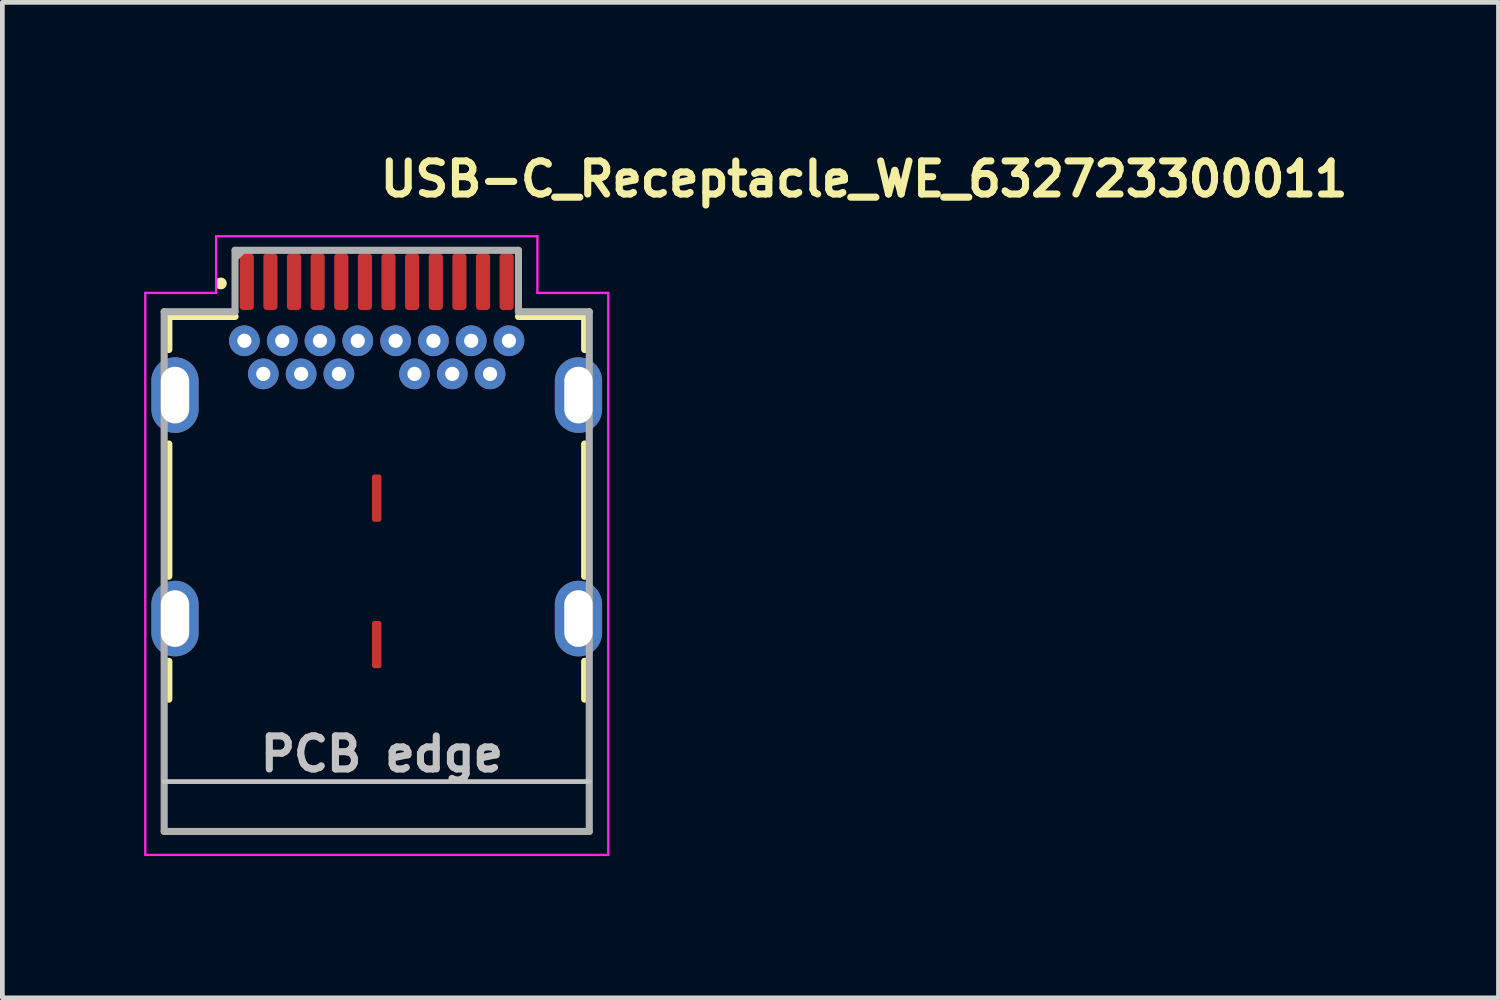
<source format=kicad_pcb>
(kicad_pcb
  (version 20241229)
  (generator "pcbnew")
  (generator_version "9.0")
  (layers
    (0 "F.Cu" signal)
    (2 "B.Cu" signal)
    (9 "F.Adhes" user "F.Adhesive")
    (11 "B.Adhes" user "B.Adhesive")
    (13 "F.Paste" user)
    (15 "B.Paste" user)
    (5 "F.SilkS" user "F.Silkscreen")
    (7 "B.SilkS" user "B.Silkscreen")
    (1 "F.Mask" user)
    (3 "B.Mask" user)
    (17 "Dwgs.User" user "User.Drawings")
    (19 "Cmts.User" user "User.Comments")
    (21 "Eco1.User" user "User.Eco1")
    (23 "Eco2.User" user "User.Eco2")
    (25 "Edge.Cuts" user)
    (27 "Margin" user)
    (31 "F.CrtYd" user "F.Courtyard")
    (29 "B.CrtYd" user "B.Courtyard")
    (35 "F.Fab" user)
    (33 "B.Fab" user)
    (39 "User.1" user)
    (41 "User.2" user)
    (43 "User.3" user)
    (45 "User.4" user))
  (footprint "USB-C_Receptacle_WE_632723300011"
    (layer "F.Cu")
    (at 4.925 8.55)
    (property "Reference" "USB-C_Receptacle_WE_632723300011" (at 0 -7.4 0) (layer "F.SilkS") (effects (font (size 0.7 0.7) (thickness 0.15)) (justify left bottom)))
    (attr smd)
    (fp_line (start -4.401 -4.901) (end -4.401 -4.202) (stroke (width 0.15) (type solid)) (layer "F.SilkS"))
    (fp_line (start -4.401 -4.901) (end -3 -4.901) (stroke (width 0.15) (type solid)) (layer "F.SilkS"))
    (fp_line (start -4.401 -2.202) (end -4.401 0.598) (stroke (width 0.15) (type solid)) (layer "F.SilkS"))
    (fp_line (start -4.401 2.398) (end -4.401 3.199) (stroke (width 0.15) (type solid)) (layer "F.SilkS"))
    (fp_line (start 2.999 -4.901) (end 4.4 -4.901) (stroke (width 0.15) (type solid)) (layer "F.SilkS"))
    (fp_line (start 4.4 -4.202) (end 4.4 -4.901) (stroke (width 0.15) (type solid)) (layer "F.SilkS"))
    (fp_line (start 4.4 -2.202) (end 4.4 0.598) (stroke (width 0.15) (type solid)) (layer "F.SilkS"))
    (fp_line (start 4.4 2.398) (end 4.4 3.199) (stroke (width 0.15) (type solid)) (layer "F.SilkS"))
    (fp_circle (center -3.3 -5.6) (end -3.25 -5.6) (stroke (width 0.15) (type solid)) (fill yes) (layer "F.SilkS"))
    (fp_line (start 4.498 4.943) (end -4.5 4.943) (stroke (width 0.1) (type solid)) (layer "Dwgs.User"))
    (fp_line (start -4.9 -5.4) (end -3.4 -5.4) (stroke (width 0.05) (type solid)) (layer "F.CrtYd"))
    (fp_line (start -4.9 6.495) (end -4.9 -5.4) (stroke (width 0.05) (type solid)) (layer "F.CrtYd"))
    (fp_line (start -3.4 -6.6) (end 3.4 -6.6) (stroke (width 0.05) (type solid)) (layer "F.CrtYd"))
    (fp_line (start -3.4 -5.4) (end -3.4 -6.6) (stroke (width 0.05) (type solid)) (layer "F.CrtYd"))
    (fp_line (start 3.4 -6.6) (end 3.4 -5.4) (stroke (width 0.05) (type solid)) (layer "F.CrtYd"))
    (fp_line (start 3.4 -5.4) (end 4.9 -5.4) (stroke (width 0.05) (type solid)) (layer "F.CrtYd"))
    (fp_line (start 4.9 -5.4) (end 4.9 6.495) (stroke (width 0.05) (type solid)) (layer "F.CrtYd"))
    (fp_line (start 4.9 6.495) (end -4.9 6.495) (stroke (width 0.05) (type solid)) (layer "F.CrtYd"))
    (fp_line (start -4.5 -5.002) (end -4.5 5.999) (stroke (width 0.15) (type solid)) (layer "F.Fab"))
    (fp_line (start -4.5 5.999) (end 4.498 5.999) (stroke (width 0.15) (type solid)) (layer "F.Fab"))
    (fp_line (start -3 -6.302) (end -3 -5.002) (stroke (width 0.15) (type solid)) (layer "F.Fab"))
    (fp_line (start -3 -5.002) (end -4.5 -5.002) (stroke (width 0.15) (type solid)) (layer "F.Fab"))
    (fp_line (start -2.98 -6.16) (end -2.86 -6.28) (stroke (width 0.15) (type solid)) (layer "F.Fab"))
    (fp_line (start 2.999 -6.302) (end -3 -6.302) (stroke (width 0.15) (type solid)) (layer "F.Fab"))
    (fp_line (start 2.999 -5.002) (end 2.999 -6.302) (stroke (width 0.15) (type solid)) (layer "F.Fab"))
    (fp_line (start 4.498 -5.002) (end 2.999 -5.002) (stroke (width 0.15) (type solid)) (layer "F.Fab"))
    (fp_line (start 4.498 5.999) (end 4.498 -5.002) (stroke (width 0.15) (type solid)) (layer "F.Fab"))
    (fp_rect (start -4.372 -5.898) (end 4.37 5.895) (stroke (width 0.1) (type solid)) (fill no) (layer "User.5"))
    (fp_line (start -4.372 -4.704) (end -4.372 3.346) (stroke (width 0.02) (type solid)) (layer "User.9"))
    (fp_line (start -4.372 3.346) (end -4.369 3.346) (stroke (width 0.02) (type solid)) (layer "User.9"))
    (fp_line (start -4.372 4.996) (end -4.372 5.895) (stroke (width 0.02) (type solid)) (layer "User.9"))
    (fp_line (start -4.369 3.346) (end -4.369 3.346) (stroke (width 0.02) (type solid)) (layer "User.9"))
    (fp_line (start -4.369 3.346) (end -4.369 3.346) (stroke (width 0.02) (type solid)) (layer "User.9"))
    (fp_line (start -4.369 3.346) (end -4.367 3.346) (stroke (width 0.02) (type solid)) (layer "User.9"))
    (fp_line (start -4.369 4.985) (end -4.369 4.991) (stroke (width 0.02) (type solid)) (layer "User.9"))
    (fp_line (start -4.369 4.991) (end -4.369 4.996) (stroke (width 0.02) (type solid)) (layer "User.9"))
    (fp_line (start -4.369 4.996) (end -4.372 4.996) (stroke (width 0.02) (type solid)) (layer "User.9"))
    (fp_line (start -4.369 4.996) (end -4.369 4.996) (stroke (width 0.02) (type solid)) (layer "User.9"))
    (fp_line (start -4.367 3.346) (end -4.369 3.346) (stroke (width 0.02) (type solid)) (layer "User.9"))
    (fp_line (start -4.367 3.346) (end -4.367 3.347) (stroke (width 0.02) (type solid)) (layer "User.9"))
    (fp_line (start -4.367 3.347) (end -4.366 3.347) (stroke (width 0.02) (type solid)) (layer "User.9"))
    (fp_line (start -4.367 4.978) (end -4.369 4.985) (stroke (width 0.02) (type solid)) (layer "User.9"))
    (fp_line (start -4.367 4.996) (end -4.369 4.996) (stroke (width 0.02) (type solid)) (layer "User.9"))
    (fp_line (start -4.366 3.347) (end -4.367 3.346) (stroke (width 0.02) (type solid)) (layer "User.9"))
    (fp_line (start -4.366 3.347) (end -4.366 3.35) (stroke (width 0.02) (type solid)) (layer "User.9"))
    (fp_line (start -4.366 3.35) (end -4.366 3.347) (stroke (width 0.02) (type solid)) (layer "User.9"))
    (fp_line (start -4.366 3.35) (end -4.366 3.354) (stroke (width 0.02) (type solid)) (layer "User.9"))
    (fp_line (start -4.366 3.354) (end -4.366 3.35) (stroke (width 0.02) (type solid)) (layer "User.9"))
    (fp_line (start -4.366 3.354) (end -4.364 3.358) (stroke (width 0.02) (type solid)) (layer "User.9"))
    (fp_line (start -4.366 4.972) (end -4.367 4.978) (stroke (width 0.02) (type solid)) (layer "User.9"))
    (fp_line (start -4.366 4.972) (end -4.358 4.937) (stroke (width 0.02) (type solid)) (layer "User.9"))
    (fp_line (start -4.366 4.988) (end -4.366 4.991) (stroke (width 0.02) (type solid)) (layer "User.9"))
    (fp_line (start -4.366 4.991) (end -4.366 4.993) (stroke (width 0.02) (type solid)) (layer "User.9"))
    (fp_line (start -4.366 4.993) (end -4.367 4.996) (stroke (width 0.02) (type solid)) (layer "User.9"))
    (fp_line (start -4.364 -4.704) (end -4.372 -4.704) (stroke (width 0.02) (type solid)) (layer "User.9"))
    (fp_line (start -4.364 -4.704) (end -4.364 -4.704) (stroke (width 0.02) (type solid)) (layer "User.9"))
    (fp_line (start -4.364 3.358) (end -4.364 3.363) (stroke (width 0.02) (type solid)) (layer "User.9"))
    (fp_line (start -4.364 3.363) (end -4.366 3.354) (stroke (width 0.02) (type solid)) (layer "User.9"))
    (fp_line (start -4.364 3.363) (end -4.363 3.37) (stroke (width 0.02) (type solid)) (layer "User.9"))
    (fp_line (start -4.364 4.978) (end -4.366 4.988) (stroke (width 0.02) (type solid)) (layer "User.9"))
    (fp_line (start -4.364 5.895) (end -4.372 5.895) (stroke (width 0.02) (type solid)) (layer "User.9"))
    (fp_line (start -4.364 5.895) (end -4.364 5.895) (stroke (width 0.02) (type solid)) (layer "User.9"))
    (fp_line (start -4.363 3.37) (end -4.361 3.375) (stroke (width 0.02) (type solid)) (layer "User.9"))
    (fp_line (start -4.363 4.974) (end -4.366 4.972) (stroke (width 0.02) (type solid)) (layer "User.9"))
    (fp_line (start -4.361 3.375) (end -4.364 3.363) (stroke (width 0.02) (type solid)) (layer "User.9"))
    (fp_line (start -4.361 3.375) (end -4.361 3.383) (stroke (width 0.02) (type solid)) (layer "User.9"))
    (fp_line (start -4.361 3.383) (end -4.359 3.39) (stroke (width 0.02) (type solid)) (layer "User.9"))
    (fp_line (start -4.361 4.966) (end -4.364 4.978) (stroke (width 0.02) (type solid)) (layer "User.9"))
    (fp_line (start -4.359 3.39) (end -4.361 3.375) (stroke (width 0.02) (type solid)) (layer "User.9"))
    (fp_line (start -4.359 3.39) (end -4.358 3.399) (stroke (width 0.02) (type solid)) (layer "User.9"))
    (fp_line (start -4.359 4.951) (end -4.361 4.966) (stroke (width 0.02) (type solid)) (layer "User.9"))
    (fp_line (start -4.358 3.399) (end -4.358 3.407) (stroke (width 0.02) (type solid)) (layer "User.9"))
    (fp_line (start -4.358 3.407) (end -4.359 3.39) (stroke (width 0.02) (type solid)) (layer "User.9"))
    (fp_line (start -4.358 3.407) (end -4.358 3.417) (stroke (width 0.02) (type solid)) (layer "User.9"))
    (fp_line (start -4.358 3.417) (end -4.356 3.426) (stroke (width 0.02) (type solid)) (layer "User.9"))
    (fp_line (start -4.358 4.934) (end -4.359 4.951) (stroke (width 0.02) (type solid)) (layer "User.9"))
    (fp_line (start -4.356 3.426) (end -4.358 3.407) (stroke (width 0.02) (type solid)) (layer "User.9"))
    (fp_line (start -4.356 3.426) (end -4.356 3.435) (stroke (width 0.02) (type solid)) (layer "User.9"))
    (fp_line (start -4.356 3.435) (end -4.356 3.446) (stroke (width 0.02) (type solid)) (layer "User.9"))
    (fp_line (start -4.356 3.446) (end -4.356 3.426) (stroke (width 0.02) (type solid)) (layer "User.9"))
    (fp_line (start -4.356 3.446) (end -4.356 4.895) (stroke (width 0.02) (type solid)) (layer "User.9"))
    (fp_line (start -4.356 3.446) (end -4.356 4.895) (stroke (width 0.02) (type solid)) (layer "User.9"))
    (fp_line (start -4.356 4.895) (end -4.356 4.916) (stroke (width 0.02) (type solid)) (layer "User.9"))
    (fp_line (start -4.356 4.916) (end -4.358 4.934) (stroke (width 0.02) (type solid)) (layer "User.9"))
    (fp_line (start -4.345 -4.704) (end -4.364 -4.704) (stroke (width 0.02) (type solid)) (layer "User.9"))
    (fp_line (start -4.345 -4.704) (end -4.345 -4.704) (stroke (width 0.02) (type solid)) (layer "User.9"))
    (fp_line (start -4.345 5.895) (end -4.364 5.895) (stroke (width 0.02) (type solid)) (layer "User.9"))
    (fp_line (start -4.345 5.895) (end -4.345 5.895) (stroke (width 0.02) (type solid)) (layer "User.9"))
    (fp_line (start -4.314 -4.704) (end -4.345 -4.704) (stroke (width 0.02) (type solid)) (layer "User.9"))
    (fp_line (start -4.314 -4.704) (end -4.314 -4.704) (stroke (width 0.02) (type solid)) (layer "User.9"))
    (fp_line (start -4.314 5.895) (end -4.345 5.895) (stroke (width 0.02) (type solid)) (layer "User.9"))
    (fp_line (start -4.314 5.895) (end -4.314 5.895) (stroke (width 0.02) (type solid)) (layer "User.9"))
    (fp_line (start -4.271 -4.704) (end -4.314 -4.704) (stroke (width 0.02) (type solid)) (layer "User.9"))
    (fp_line (start -4.271 -4.704) (end -4.271 -4.704) (stroke (width 0.02) (type solid)) (layer "User.9"))
    (fp_line (start -4.271 5.895) (end -4.314 5.895) (stroke (width 0.02) (type solid)) (layer "User.9"))
    (fp_line (start -4.271 5.895) (end -4.271 5.895) (stroke (width 0.02) (type solid)) (layer "User.9"))
    (fp_line (start -4.218 -4.704) (end -4.271 -4.704) (stroke (width 0.02) (type solid)) (layer "User.9"))
    (fp_line (start -4.218 -4.704) (end -4.218 -4.704) (stroke (width 0.02) (type solid)) (layer "User.9"))
    (fp_line (start -4.218 5.895) (end -4.271 5.895) (stroke (width 0.02) (type solid)) (layer "User.9"))
    (fp_line (start -4.218 5.895) (end -4.218 5.895) (stroke (width 0.02) (type solid)) (layer "User.9"))
    (fp_line (start -4.153 -4.704) (end -4.218 -4.704) (stroke (width 0.02) (type solid)) (layer "User.9"))
    (fp_line (start -4.153 -4.704) (end -4.153 -4.704) (stroke (width 0.02) (type solid)) (layer "User.9"))
    (fp_line (start -4.153 5.895) (end -4.218 5.895) (stroke (width 0.02) (type solid)) (layer "User.9"))
    (fp_line (start -4.153 5.895) (end -4.153 5.895) (stroke (width 0.02) (type solid)) (layer "User.9"))
    (fp_line (start -4.079 -4.704) (end -4.153 -4.704) (stroke (width 0.02) (type solid)) (layer "User.9"))
    (fp_line (start -4.079 -4.704) (end -4.079 -4.704) (stroke (width 0.02) (type solid)) (layer "User.9"))
    (fp_line (start -4.079 5.895) (end -4.153 5.895) (stroke (width 0.02) (type solid)) (layer "User.9"))
    (fp_line (start -4.079 5.895) (end -4.079 5.895) (stroke (width 0.02) (type solid)) (layer "User.9"))
    (fp_line (start -3.903 -4.704) (end -4.079 -4.704) (stroke (width 0.02) (type solid)) (layer "User.9"))
    (fp_line (start -3.903 -4.704) (end -3.903 -4.704) (stroke (width 0.02) (type solid)) (layer "User.9"))
    (fp_line (start -3.903 5.895) (end -4.079 5.895) (stroke (width 0.02) (type solid)) (layer "User.9"))
    (fp_line (start -3.903 5.895) (end -3.903 5.895) (stroke (width 0.02) (type solid)) (layer "User.9"))
    (fp_line (start -3.701 -4.704) (end -3.903 -4.704) (stroke (width 0.02) (type solid)) (layer "User.9"))
    (fp_line (start -3.701 -4.704) (end -3.701 -4.704) (stroke (width 0.02) (type solid)) (layer "User.9"))
    (fp_line (start -3.701 5.895) (end -3.903 5.895) (stroke (width 0.02) (type solid)) (layer "User.9"))
    (fp_line (start -3.701 5.895) (end -3.701 5.895) (stroke (width 0.02) (type solid)) (layer "User.9"))
    (fp_line (start -3.371 -4.704) (end -3.701 -4.704) (stroke (width 0.02) (type solid)) (layer "User.9"))
    (fp_line (start -3.371 5.895) (end -3.701 5.895) (stroke (width 0.02) (type solid)) (layer "User.9"))
    (fp_line (start -3.081 -4.704) (end -3.081 -5.303) (stroke (width 0.02) (type solid)) (layer "User.9"))
    (fp_line (start -2.891 -5.414) (end -2.61 -5.414) (stroke (width 0.02) (type solid)) (layer "User.9"))
    (fp_line (start -2.891 -5.324) (end -2.891 -5.414) (stroke (width 0.02) (type solid)) (layer "User.9"))
    (fp_line (start -2.891 -5.324) (end -2.891 -5.324) (stroke (width 0.02) (type solid)) (layer "User.9"))
    (fp_line (start -2.891 -5.303) (end -3.081 -5.303) (stroke (width 0.02) (type solid)) (layer "User.9"))
    (fp_line (start -2.891 -5.104) (end -2.891 -5.324) (stroke (width 0.02) (type solid)) (layer "User.9"))
    (fp_line (start -2.891 -4.704) (end -2.891 -5.104) (stroke (width 0.02) (type solid)) (layer "User.9"))
    (fp_line (start -2.851 -5.898) (end -2.65 -5.898) (stroke (width 0.02) (type solid)) (layer "User.9"))
    (fp_line (start -2.851 -5.465) (end -2.851 -5.898) (stroke (width 0.02) (type solid)) (layer "User.9"))
    (fp_line (start -2.851 -5.414) (end -2.851 -5.465) (stroke (width 0.02) (type solid)) (layer "User.9"))
    (fp_line (start -2.65 -5.465) (end -2.65 -5.898) (stroke (width 0.02) (type solid)) (layer "User.9"))
    (fp_line (start -2.65 -5.414) (end -2.65 -5.465) (stroke (width 0.02) (type solid)) (layer "User.9"))
    (fp_line (start -2.61 -5.324) (end -2.61 -5.414) (stroke (width 0.02) (type solid)) (layer "User.9"))
    (fp_line (start -2.61 -5.324) (end -2.61 -5.324) (stroke (width 0.02) (type solid)) (layer "User.9"))
    (fp_line (start -2.61 -5.104) (end -2.61 -5.324) (stroke (width 0.02) (type solid)) (layer "User.9"))
    (fp_line (start -2.61 -4.704) (end -2.61 -5.104) (stroke (width 0.02) (type solid)) (layer "User.9"))
    (fp_line (start -2.5 3.495) (end -2.302 3.495) (stroke (width 0.02) (type solid)) (layer "User.9"))
    (fp_line (start -2.4 3.196) (end -2.4 2.673) (stroke (width 0.02) (type solid)) (layer "User.9"))
    (fp_line (start -2.391 -5.414) (end -2.11 -5.414) (stroke (width 0.02) (type solid)) (layer "User.9"))
    (fp_line (start -2.391 -5.324) (end -2.391 -5.414) (stroke (width 0.02) (type solid)) (layer "User.9"))
    (fp_line (start -2.391 -5.324) (end -2.391 -5.324) (stroke (width 0.02) (type solid)) (layer "User.9"))
    (fp_line (start -2.391 -5.303) (end -2.61 -5.303) (stroke (width 0.02) (type solid)) (layer "User.9"))
    (fp_line (start -2.391 -5.104) (end -2.391 -5.324) (stroke (width 0.02) (type solid)) (layer "User.9"))
    (fp_line (start -2.391 -4.704) (end -2.391 -5.104) (stroke (width 0.02) (type solid)) (layer "User.9"))
    (fp_line (start -2.391 3.109) (end -2.391 2.591) (stroke (width 0.02) (type solid)) (layer "User.9"))
    (fp_line (start -2.391 3.109) (end -2.34 3.196) (stroke (width 0.02) (type solid)) (layer "User.9"))
    (fp_line (start -2.391 3.109) (end -2.257 3.109) (stroke (width 0.02) (type solid)) (layer "User.9"))
    (fp_line (start -2.351 -5.898) (end -2.15 -5.898) (stroke (width 0.02) (type solid)) (layer "User.9"))
    (fp_line (start -2.351 -5.465) (end -2.351 -5.898) (stroke (width 0.02) (type solid)) (layer "User.9"))
    (fp_line (start -2.351 -5.414) (end -2.351 -5.465) (stroke (width 0.02) (type solid)) (layer "User.9"))
    (fp_line (start -2.302 3.506) (end -2.302 3.495) (stroke (width 0.02) (type solid)) (layer "User.9"))
    (fp_line (start -2.301 3.484) (end -2.301 3.506) (stroke (width 0.02) (type solid)) (layer "User.9"))
    (fp_line (start -2.301 3.506) (end -2.302 3.506) (stroke (width 0.02) (type solid)) (layer "User.9"))
    (fp_line (start -2.299 3.463) (end -2.301 3.484) (stroke (width 0.02) (type solid)) (layer "User.9"))
    (fp_line (start -2.299 3.463) (end -2.057 1.489) (stroke (width 0.02) (type solid)) (layer "User.9"))
    (fp_line (start -2.266 3.196) (end -2.4 3.196) (stroke (width 0.02) (type solid)) (layer "User.9"))
    (fp_line (start -2.266 3.196) (end -2.34 3.196) (stroke (width 0.02) (type solid)) (layer "User.9"))
    (fp_line (start -2.25 1.439) (end -2.5 3.495) (stroke (width 0.02) (type solid)) (layer "User.9"))
    (fp_line (start -2.247 1.415) (end -2.25 1.439) (stroke (width 0.02) (type solid)) (layer "User.9"))
    (fp_line (start -2.243 1.392) (end -2.247 1.415) (stroke (width 0.02) (type solid)) (layer "User.9"))
    (fp_line (start -2.238 1.37) (end -2.243 1.392) (stroke (width 0.02) (type solid)) (layer "User.9"))
    (fp_line (start -2.231 1.348) (end -2.238 1.37) (stroke (width 0.02) (type solid)) (layer "User.9"))
    (fp_line (start -2.223 1.326) (end -2.231 1.348) (stroke (width 0.02) (type solid)) (layer "User.9"))
    (fp_line (start -2.215 1.304) (end -2.223 1.326) (stroke (width 0.02) (type solid)) (layer "User.9"))
    (fp_line (start -2.206 1.284) (end -2.215 1.304) (stroke (width 0.02) (type solid)) (layer "User.9"))
    (fp_line (start -2.202 1.273) (end -2.202 1.445) (stroke (width 0.02) (type solid)) (layer "User.9"))
    (fp_line (start -2.202 1.445) (end -2.054 1.445) (stroke (width 0.02) (type solid)) (layer "User.9"))
    (fp_line (start -2.195 1.263) (end -2.206 1.284) (stroke (width 0.02) (type solid)) (layer "User.9"))
    (fp_line (start -2.185 1.243) (end -2.195 1.263) (stroke (width 0.02) (type solid)) (layer "User.9"))
    (fp_line (start -2.173 1.225) (end -2.185 1.243) (stroke (width 0.02) (type solid)) (layer "User.9"))
    (fp_line (start -2.16 1.205) (end -2.173 1.225) (stroke (width 0.02) (type solid)) (layer "User.9"))
    (fp_line (start -2.15 -5.465) (end -2.15 -5.898) (stroke (width 0.02) (type solid)) (layer "User.9"))
    (fp_line (start -2.15 -5.414) (end -2.351 -5.414) (stroke (width 0.02) (type solid)) (layer "User.9"))
    (fp_line (start -2.15 -5.414) (end -2.15 -5.465) (stroke (width 0.02) (type solid)) (layer "User.9"))
    (fp_line (start -2.146 1.187) (end -2.16 1.205) (stroke (width 0.02) (type solid)) (layer "User.9"))
    (fp_line (start -2.133 1.171) (end -2.146 1.187) (stroke (width 0.02) (type solid)) (layer "User.9"))
    (fp_line (start -2.129 1.165) (end -1.373 1.165) (stroke (width 0.02) (type solid)) (layer "User.9"))
    (fp_line (start -2.117 1.153) (end -2.133 1.171) (stroke (width 0.02) (type solid)) (layer "User.9"))
    (fp_line (start -2.11 -5.324) (end -2.11 -5.414) (stroke (width 0.02) (type solid)) (layer "User.9"))
    (fp_line (start -2.11 -5.324) (end -2.11 -5.324) (stroke (width 0.02) (type solid)) (layer "User.9"))
    (fp_line (start -2.11 -5.104) (end -2.11 -5.324) (stroke (width 0.02) (type solid)) (layer "User.9"))
    (fp_line (start -2.11 -4.704) (end -2.11 -5.104) (stroke (width 0.02) (type solid)) (layer "User.9"))
    (fp_line (start -2.11 1.933) (end -2.11 1.445) (stroke (width 0.02) (type solid)) (layer "User.9"))
    (fp_line (start -2.101 1.138) (end -2.117 1.153) (stroke (width 0.02) (type solid)) (layer "User.9"))
    (fp_line (start -2.101 1.445) (end -2.101 1.852) (stroke (width 0.02) (type solid)) (layer "User.9"))
    (fp_line (start -2.085 1.122) (end -2.101 1.138) (stroke (width 0.02) (type solid)) (layer "User.9"))
    (fp_line (start -2.068 1.108) (end -2.085 1.122) (stroke (width 0.02) (type solid)) (layer "User.9"))
    (fp_line (start -2.057 1.552) (end -2.057 1.489) (stroke (width 0.02) (type solid)) (layer "User.9"))
    (fp_line (start -2.057 1.552) (end -2.054 1.552) (stroke (width 0.02) (type solid)) (layer "User.9"))
    (fp_line (start -2.054 1.517) (end -2.054 1.417) (stroke (width 0.02) (type solid)) (layer "User.9"))
    (fp_line (start -2.054 1.552) (end -2.054 1.517) (stroke (width 0.02) (type solid)) (layer "User.9"))
    (fp_line (start -2.053 1.398) (end -2.053 1.409) (stroke (width 0.02) (type solid)) (layer "User.9"))
    (fp_line (start -2.053 1.409) (end -2.054 1.417) (stroke (width 0.02) (type solid)) (layer "User.9"))
    (fp_line (start -2.053 1.515) (end -2.053 1.517) (stroke (width 0.02) (type solid)) (layer "User.9"))
    (fp_line (start -2.053 1.517) (end -2.054 1.517) (stroke (width 0.02) (type solid)) (layer "User.9"))
    (fp_line (start -2.052 1.39) (end -2.053 1.398) (stroke (width 0.02) (type solid)) (layer "User.9"))
    (fp_line (start -2.052 1.513) (end -2.053 1.515) (stroke (width 0.02) (type solid)) (layer "User.9"))
    (fp_line (start -2.05 1.094) (end -2.068 1.108) (stroke (width 0.02) (type solid)) (layer "User.9"))
    (fp_line (start -2.05 1.382) (end -2.052 1.39) (stroke (width 0.02) (type solid)) (layer "User.9"))
    (fp_line (start -2.05 1.511) (end -2.052 1.513) (stroke (width 0.02) (type solid)) (layer "User.9"))
    (fp_line (start -2.049 1.374) (end -2.05 1.382) (stroke (width 0.02) (type solid)) (layer "User.9"))
    (fp_line (start -2.049 1.509) (end -2.05 1.511) (stroke (width 0.02) (type solid)) (layer "User.9"))
    (fp_line (start -2.048 1.358) (end -2.048 1.366) (stroke (width 0.02) (type solid)) (layer "User.9"))
    (fp_line (start -2.048 1.366) (end -2.049 1.374) (stroke (width 0.02) (type solid)) (layer "User.9"))
    (fp_line (start -2.048 1.505) (end -2.048 1.507) (stroke (width 0.02) (type solid)) (layer "User.9"))
    (fp_line (start -2.048 1.507) (end -2.049 1.509) (stroke (width 0.02) (type solid)) (layer "User.9"))
    (fp_line (start -2.047 1.35) (end -2.048 1.358) (stroke (width 0.02) (type solid)) (layer "User.9"))
    (fp_line (start -2.047 1.505) (end -2.048 1.505) (stroke (width 0.02) (type solid)) (layer "User.9"))
    (fp_line (start -2.044 1.338) (end -2.044 1.344) (stroke (width 0.02) (type solid)) (layer "User.9"))
    (fp_line (start -2.044 1.344) (end -2.047 1.35) (stroke (width 0.02) (type solid)) (layer "User.9"))
    (fp_line (start -2.044 1.501) (end -2.044 1.503) (stroke (width 0.02) (type solid)) (layer "User.9"))
    (fp_line (start -2.044 1.503) (end -2.047 1.505) (stroke (width 0.02) (type solid)) (layer "User.9"))
    (fp_line (start -2.041 1.332) (end -2.044 1.338) (stroke (width 0.02) (type solid)) (layer "User.9"))
    (fp_line (start -2.041 1.501) (end -2.044 1.501) (stroke (width 0.02) (type solid)) (layer "User.9"))
    (fp_line (start -2.04 1.326) (end -2.041 1.332) (stroke (width 0.02) (type solid)) (layer "User.9"))
    (fp_line (start -2.04 1.499) (end -2.041 1.501) (stroke (width 0.02) (type solid)) (layer "User.9"))
    (fp_line (start -2.039 1.322) (end -2.04 1.326) (stroke (width 0.02) (type solid)) (layer "User.9"))
    (fp_line (start -2.039 1.499) (end -2.04 1.499) (stroke (width 0.02) (type solid)) (layer "User.9"))
    (fp_line (start -2.036 1.316) (end -2.039 1.322) (stroke (width 0.02) (type solid)) (layer "User.9"))
    (fp_line (start -2.036 1.497) (end -2.039 1.499) (stroke (width 0.02) (type solid)) (layer "User.9"))
    (fp_line (start -2.035 1.312) (end -2.036 1.316) (stroke (width 0.02) (type solid)) (layer "User.9"))
    (fp_line (start -2.035 1.497) (end -2.036 1.497) (stroke (width 0.02) (type solid)) (layer "User.9"))
    (fp_line (start -2.032 1.082) (end -2.05 1.094) (stroke (width 0.02) (type solid)) (layer "User.9"))
    (fp_line (start -2.032 1.308) (end -2.035 1.312) (stroke (width 0.02) (type solid)) (layer "User.9"))
    (fp_line (start -2.032 1.495) (end -2.035 1.497) (stroke (width 0.02) (type solid)) (layer "User.9"))
    (fp_line (start -2.032 1.495) (end -2.032 1.308) (stroke (width 0.02) (type solid)) (layer "User.9"))
    (fp_line (start -2.032 1.495) (end -2.024 1.489) (stroke (width 0.02) (type solid)) (layer "User.9"))
    (fp_line (start -2.024 1.3) (end -2.032 1.308) (stroke (width 0.02) (type solid)) (layer "User.9"))
    (fp_line (start -2.024 1.489) (end -2.012 1.483) (stroke (width 0.02) (type solid)) (layer "User.9"))
    (fp_line (start -2.013 1.07) (end -2.032 1.082) (stroke (width 0.02) (type solid)) (layer "User.9"))
    (fp_line (start -2.012 1.294) (end -2.024 1.3) (stroke (width 0.02) (type solid)) (layer "User.9"))
    (fp_line (start -2.012 1.483) (end -2 1.475) (stroke (width 0.02) (type solid)) (layer "User.9"))
    (fp_line (start -2 1.288) (end -2.012 1.294) (stroke (width 0.02) (type solid)) (layer "User.9"))
    (fp_line (start -2 1.475) (end -1.986 1.469) (stroke (width 0.02) (type solid)) (layer "User.9"))
    (fp_line (start -1.994 1.058) (end -2.013 1.07) (stroke (width 0.02) (type solid)) (layer "User.9"))
    (fp_line (start -1.986 1.282) (end -2 1.288) (stroke (width 0.02) (type solid)) (layer "User.9"))
    (fp_line (start -1.986 1.469) (end -1.972 1.463) (stroke (width 0.02) (type solid)) (layer "User.9"))
    (fp_line (start -1.974 1.048) (end -1.994 1.058) (stroke (width 0.02) (type solid)) (layer "User.9"))
    (fp_line (start -1.972 1.275) (end -1.986 1.282) (stroke (width 0.02) (type solid)) (layer "User.9"))
    (fp_line (start -1.972 1.463) (end -1.956 1.459) (stroke (width 0.02) (type solid)) (layer "User.9"))
    (fp_line (start -1.956 1.271) (end -1.972 1.275) (stroke (width 0.02) (type solid)) (layer "User.9"))
    (fp_line (start -1.956 1.459) (end -1.938 1.453) (stroke (width 0.02) (type solid)) (layer "User.9"))
    (fp_line (start -1.954 1.038) (end -1.974 1.048) (stroke (width 0.02) (type solid)) (layer "User.9"))
    (fp_line (start -1.938 1.265) (end -1.956 1.271) (stroke (width 0.02) (type solid)) (layer "User.9"))
    (fp_line (start -1.938 1.453) (end -1.92 1.449) (stroke (width 0.02) (type solid)) (layer "User.9"))
    (fp_line (start -1.932 1.03) (end -1.954 1.038) (stroke (width 0.02) (type solid)) (layer "User.9"))
    (fp_line (start -1.92 1.261) (end -1.938 1.265) (stroke (width 0.02) (type solid)) (layer "User.9"))
    (fp_line (start -1.92 1.449) (end -1.901 1.445) (stroke (width 0.02) (type solid)) (layer "User.9"))
    (fp_line (start -1.911 1.021) (end -1.932 1.03) (stroke (width 0.02) (type solid)) (layer "User.9"))
    (fp_line (start -1.901 1.257) (end -1.92 1.261) (stroke (width 0.02) (type solid)) (layer "User.9"))
    (fp_line (start -1.901 1.445) (end -1.881 1.441) (stroke (width 0.02) (type solid)) (layer "User.9"))
    (fp_line (start -1.891 -5.414) (end -1.611 -5.414) (stroke (width 0.02) (type solid)) (layer "User.9"))
    (fp_line (start -1.891 -5.324) (end -1.891 -5.414) (stroke (width 0.02) (type solid)) (layer "User.9"))
    (fp_line (start -1.891 -5.324) (end -1.891 -5.324) (stroke (width 0.02) (type solid)) (layer "User.9"))
    (fp_line (start -1.891 -5.303) (end -2.11 -5.303) (stroke (width 0.02) (type solid)) (layer "User.9"))
    (fp_line (start -1.891 -5.104) (end -1.891 -5.324) (stroke (width 0.02) (type solid)) (layer "User.9"))
    (fp_line (start -1.891 -4.704) (end -1.891 -5.104) (stroke (width 0.02) (type solid)) (layer "User.9"))
    (fp_line (start -1.889 1.015) (end -1.911 1.021) (stroke (width 0.02) (type solid)) (layer "User.9"))
    (fp_line (start -1.881 1.253) (end -1.901 1.257) (stroke (width 0.02) (type solid)) (layer "User.9"))
    (fp_line (start -1.881 1.441) (end -1.861 1.439) (stroke (width 0.02) (type solid)) (layer "User.9"))
    (fp_line (start -1.867 1.009) (end -1.889 1.015) (stroke (width 0.02) (type solid)) (layer "User.9"))
    (fp_line (start -1.861 1.251) (end -1.881 1.253) (stroke (width 0.02) (type solid)) (layer "User.9"))
    (fp_line (start -1.861 1.439) (end -1.841 1.437) (stroke (width 0.02) (type solid)) (layer "User.9"))
    (fp_line (start -1.851 -5.898) (end -1.651 -5.898) (stroke (width 0.02) (type solid)) (layer "User.9"))
    (fp_line (start -1.851 -5.465) (end -1.851 -5.898) (stroke (width 0.02) (type solid)) (layer "User.9"))
    (fp_line (start -1.851 -5.414) (end -1.851 -5.465) (stroke (width 0.02) (type solid)) (layer "User.9"))
    (fp_line (start -1.845 1.005) (end -1.867 1.009) (stroke (width 0.02) (type solid)) (layer "User.9"))
    (fp_line (start -1.841 1.249) (end -1.861 1.251) (stroke (width 0.02) (type solid)) (layer "User.9"))
    (fp_line (start -1.841 1.437) (end -1.819 1.435) (stroke (width 0.02) (type solid)) (layer "User.9"))
    (fp_line (start -1.821 1.001) (end -1.845 1.005) (stroke (width 0.02) (type solid)) (layer "User.9"))
    (fp_line (start -1.819 1.247) (end -1.841 1.249) (stroke (width 0.02) (type solid)) (layer "User.9"))
    (fp_line (start -1.819 1.435) (end -1.797 1.433) (stroke (width 0.02) (type solid)) (layer "User.9"))
    (fp_line (start -1.801 1.245) (end -1.801 1.165) (stroke (width 0.02) (type solid)) (layer "User.9"))
    (fp_line (start -1.799 0.998) (end -1.821 1.001) (stroke (width 0.02) (type solid)) (layer "User.9"))
    (fp_line (start -1.797 1.245) (end -1.819 1.247) (stroke (width 0.02) (type solid)) (layer "User.9"))
    (fp_line (start -1.797 1.433) (end -1.774 1.433) (stroke (width 0.02) (type solid)) (layer "User.9"))
    (fp_line (start -1.774 0.996) (end -1.799 0.998) (stroke (width 0.02) (type solid)) (layer "User.9"))
    (fp_line (start -1.774 1.245) (end -1.797 1.245) (stroke (width 0.02) (type solid)) (layer "User.9"))
    (fp_line (start -1.774 1.433) (end -1.75 1.431) (stroke (width 0.02) (type solid)) (layer "User.9"))
    (fp_line (start -1.75 0.995) (end -1.774 0.996) (stroke (width 0.02) (type solid)) (layer "User.9"))
    (fp_line (start -1.75 0.995) (end -1.75 0.995) (stroke (width 0.02) (type solid)) (layer "User.9"))
    (fp_line (start -1.75 1.243) (end -1.774 1.245) (stroke (width 0.02) (type solid)) (layer "User.9"))
    (fp_line (start -1.75 1.243) (end -1.75 1.243) (stroke (width 0.02) (type solid)) (layer "User.9"))
    (fp_line (start -1.75 1.431) (end -1.75 1.431) (stroke (width 0.02) (type solid)) (layer "User.9"))
    (fp_line (start -1.75 1.431) (end -1.728 1.433) (stroke (width 0.02) (type solid)) (layer "User.9"))
    (fp_line (start -1.728 0.996) (end -1.75 0.995) (stroke (width 0.02) (type solid)) (layer "User.9"))
    (fp_line (start -1.728 1.245) (end -1.75 1.243) (stroke (width 0.02) (type solid)) (layer "User.9"))
    (fp_line (start -1.728 1.433) (end -1.706 1.433) (stroke (width 0.02) (type solid)) (layer "User.9"))
    (fp_line (start -1.706 1.245) (end -1.728 1.245) (stroke (width 0.02) (type solid)) (layer "User.9"))
    (fp_line (start -1.706 1.433) (end -1.684 1.435) (stroke (width 0.02) (type solid)) (layer "User.9"))
    (fp_line (start -1.704 0.998) (end -1.728 0.996) (stroke (width 0.02) (type solid)) (layer "User.9"))
    (fp_line (start -1.7 1.165) (end -1.7 1.245) (stroke (width 0.02) (type solid)) (layer "User.9"))
    (fp_line (start -1.684 1.247) (end -1.706 1.245) (stroke (width 0.02) (type solid)) (layer "User.9"))
    (fp_line (start -1.684 1.435) (end -1.661 1.437) (stroke (width 0.02) (type solid)) (layer "User.9"))
    (fp_line (start -1.68 1.001) (end -1.704 0.998) (stroke (width 0.02) (type solid)) (layer "User.9"))
    (fp_line (start -1.661 1.249) (end -1.684 1.247) (stroke (width 0.02) (type solid)) (layer "User.9"))
    (fp_line (start -1.661 1.437) (end -1.641 1.439) (stroke (width 0.02) (type solid)) (layer "User.9"))
    (fp_line (start -1.657 1.005) (end -1.68 1.001) (stroke (width 0.02) (type solid)) (layer "User.9"))
    (fp_line (start -1.651 -5.465) (end -1.651 -5.898) (stroke (width 0.02) (type solid)) (layer "User.9"))
    (fp_line (start -1.651 -5.414) (end -1.651 -5.465) (stroke (width 0.02) (type solid)) (layer "User.9"))
    (fp_line (start -1.641 1.251) (end -1.661 1.249) (stroke (width 0.02) (type solid)) (layer "User.9"))
    (fp_line (start -1.641 1.439) (end -1.621 1.441) (stroke (width 0.02) (type solid)) (layer "User.9"))
    (fp_line (start -1.635 1.009) (end -1.657 1.005) (stroke (width 0.02) (type solid)) (layer "User.9"))
    (fp_line (start -1.621 1.253) (end -1.641 1.251) (stroke (width 0.02) (type solid)) (layer "User.9"))
    (fp_line (start -1.621 1.441) (end -1.601 1.445) (stroke (width 0.02) (type solid)) (layer "User.9"))
    (fp_line (start -1.613 1.015) (end -1.635 1.009) (stroke (width 0.02) (type solid)) (layer "User.9"))
    (fp_line (start -1.611 -5.324) (end -1.611 -5.414) (stroke (width 0.02) (type solid)) (layer "User.9"))
    (fp_line (start -1.611 -5.324) (end -1.611 -5.324) (stroke (width 0.02) (type solid)) (layer "User.9"))
    (fp_line (start -1.611 -5.104) (end -1.611 -5.324) (stroke (width 0.02) (type solid)) (layer "User.9"))
    (fp_line (start -1.611 -4.704) (end -1.611 -5.104) (stroke (width 0.02) (type solid)) (layer "User.9"))
    (fp_line (start -1.601 1.257) (end -1.621 1.253) (stroke (width 0.02) (type solid)) (layer "User.9"))
    (fp_line (start -1.601 1.445) (end -1.581 1.449) (stroke (width 0.02) (type solid)) (layer "User.9"))
    (fp_line (start -1.591 1.021) (end -1.613 1.015) (stroke (width 0.02) (type solid)) (layer "User.9"))
    (fp_line (start -1.581 1.261) (end -1.601 1.257) (stroke (width 0.02) (type solid)) (layer "User.9"))
    (fp_line (start -1.581 1.449) (end -1.563 1.453) (stroke (width 0.02) (type solid)) (layer "User.9"))
    (fp_line (start -1.569 1.03) (end -1.591 1.021) (stroke (width 0.02) (type solid)) (layer "User.9"))
    (fp_line (start -1.563 1.265) (end -1.581 1.261) (stroke (width 0.02) (type solid)) (layer "User.9"))
    (fp_line (start -1.563 1.453) (end -1.547 1.459) (stroke (width 0.02) (type solid)) (layer "User.9"))
    (fp_line (start -1.549 1.038) (end -1.569 1.03) (stroke (width 0.02) (type solid)) (layer "User.9"))
    (fp_line (start -1.547 1.271) (end -1.563 1.265) (stroke (width 0.02) (type solid)) (layer "User.9"))
    (fp_line (start -1.547 1.459) (end -1.53 1.463) (stroke (width 0.02) (type solid)) (layer "User.9"))
    (fp_line (start -1.53 1.275) (end -1.547 1.271) (stroke (width 0.02) (type solid)) (layer "User.9"))
    (fp_line (start -1.53 1.463) (end -1.516 1.469) (stroke (width 0.02) (type solid)) (layer "User.9"))
    (fp_line (start -1.528 1.048) (end -1.549 1.038) (stroke (width 0.02) (type solid)) (layer "User.9"))
    (fp_line (start -1.516 1.282) (end -1.53 1.275) (stroke (width 0.02) (type solid)) (layer "User.9"))
    (fp_line (start -1.516 1.469) (end -1.502 1.475) (stroke (width 0.02) (type solid)) (layer "User.9"))
    (fp_line (start -1.508 1.058) (end -1.528 1.048) (stroke (width 0.02) (type solid)) (layer "User.9"))
    (fp_line (start -1.502 1.288) (end -1.516 1.282) (stroke (width 0.02) (type solid)) (layer "User.9"))
    (fp_line (start -1.502 1.475) (end -1.49 1.483) (stroke (width 0.02) (type solid)) (layer "User.9"))
    (fp_line (start -1.49 1.294) (end -1.502 1.288) (stroke (width 0.02) (type solid)) (layer "User.9"))
    (fp_line (start -1.49 1.483) (end -1.478 1.489) (stroke (width 0.02) (type solid)) (layer "User.9"))
    (fp_line (start -1.488 1.07) (end -1.508 1.058) (stroke (width 0.02) (type solid)) (layer "User.9"))
    (fp_line (start -1.478 1.3) (end -1.49 1.294) (stroke (width 0.02) (type solid)) (layer "User.9"))
    (fp_line (start -1.478 1.489) (end -1.47 1.495) (stroke (width 0.02) (type solid)) (layer "User.9"))
    (fp_line (start -1.47 1.082) (end -1.488 1.07) (stroke (width 0.02) (type solid)) (layer "User.9"))
    (fp_line (start -1.47 1.308) (end -1.478 1.3) (stroke (width 0.02) (type solid)) (layer "User.9"))
    (fp_line (start -1.47 1.495) (end -1.47 1.308) (stroke (width 0.02) (type solid)) (layer "User.9"))
    (fp_line (start -1.468 1.312) (end -1.47 1.308) (stroke (width 0.02) (type solid)) (layer "User.9"))
    (fp_line (start -1.468 1.497) (end -1.47 1.495) (stroke (width 0.02) (type solid)) (layer "User.9"))
    (fp_line (start -1.466 1.316) (end -1.468 1.312) (stroke (width 0.02) (type solid)) (layer "User.9"))
    (fp_line (start -1.466 1.497) (end -1.468 1.497) (stroke (width 0.02) (type solid)) (layer "User.9"))
    (fp_line (start -1.464 1.322) (end -1.466 1.316) (stroke (width 0.02) (type solid)) (layer "User.9"))
    (fp_line (start -1.464 1.499) (end -1.466 1.497) (stroke (width 0.02) (type solid)) (layer "User.9"))
    (fp_line (start -1.462 1.326) (end -1.464 1.322) (stroke (width 0.02) (type solid)) (layer "User.9"))
    (fp_line (start -1.462 1.499) (end -1.464 1.499) (stroke (width 0.02) (type solid)) (layer "User.9"))
    (fp_line (start -1.46 1.332) (end -1.462 1.326) (stroke (width 0.02) (type solid)) (layer "User.9"))
    (fp_line (start -1.46 1.501) (end -1.462 1.499) (stroke (width 0.02) (type solid)) (layer "User.9"))
    (fp_line (start -1.458 1.338) (end -1.46 1.332) (stroke (width 0.02) (type solid)) (layer "User.9"))
    (fp_line (start -1.458 1.501) (end -1.46 1.501) (stroke (width 0.02) (type solid)) (layer "User.9"))
    (fp_line (start -1.458 1.503) (end -1.458 1.501) (stroke (width 0.02) (type solid)) (layer "User.9"))
    (fp_line (start -1.456 1.35) (end -1.458 1.338) (stroke (width 0.02) (type solid)) (layer "User.9"))
    (fp_line (start -1.456 1.505) (end -1.458 1.503) (stroke (width 0.02) (type solid)) (layer "User.9"))
    (fp_line (start -1.454 1.366) (end -1.456 1.35) (stroke (width 0.02) (type solid)) (layer "User.9"))
    (fp_line (start -1.454 1.505) (end -1.456 1.505) (stroke (width 0.02) (type solid)) (layer "User.9"))
    (fp_line (start -1.454 1.507) (end -1.454 1.505) (stroke (width 0.02) (type solid)) (layer "User.9"))
    (fp_line (start -1.452 1.094) (end -1.47 1.082) (stroke (width 0.02) (type solid)) (layer "User.9"))
    (fp_line (start -1.452 1.382) (end -1.454 1.366) (stroke (width 0.02) (type solid)) (layer "User.9"))
    (fp_line (start -1.452 1.509) (end -1.454 1.507) (stroke (width 0.02) (type solid)) (layer "User.9"))
    (fp_line (start -1.452 1.511) (end -1.452 1.509) (stroke (width 0.02) (type solid)) (layer "User.9"))
    (fp_line (start -1.45 1.398) (end -1.452 1.382) (stroke (width 0.02) (type solid)) (layer "User.9"))
    (fp_line (start -1.45 1.513) (end -1.452 1.511) (stroke (width 0.02) (type solid)) (layer "User.9"))
    (fp_line (start -1.45 1.515) (end -1.45 1.513) (stroke (width 0.02) (type solid)) (layer "User.9"))
    (fp_line (start -1.448 1.417) (end -1.45 1.398) (stroke (width 0.02) (type solid)) (layer "User.9"))
    (fp_line (start -1.448 1.417) (end -1.448 1.517) (stroke (width 0.02) (type solid)) (layer "User.9"))
    (fp_line (start -1.448 1.445) (end -1.301 1.445) (stroke (width 0.02) (type solid)) (layer "User.9"))
    (fp_line (start -1.448 1.517) (end -1.45 1.515) (stroke (width 0.02) (type solid)) (layer "User.9"))
    (fp_line (start -1.448 1.517) (end -1.448 1.517) (stroke (width 0.02) (type solid)) (layer "User.9"))
    (fp_line (start -1.448 1.552) (end -1.448 1.517) (stroke (width 0.02) (type solid)) (layer "User.9"))
    (fp_line (start -1.448 1.552) (end -1.446 1.552) (stroke (width 0.02) (type solid)) (layer "User.9"))
    (fp_line (start -1.446 1.489) (end -1.202 3.463) (stroke (width 0.02) (type solid)) (layer "User.9"))
    (fp_line (start -1.446 1.552) (end -1.446 1.489) (stroke (width 0.02) (type solid)) (layer "User.9"))
    (fp_line (start -1.434 1.108) (end -1.452 1.094) (stroke (width 0.02) (type solid)) (layer "User.9"))
    (fp_line (start -1.418 1.122) (end -1.434 1.108) (stroke (width 0.02) (type solid)) (layer "User.9"))
    (fp_line (start -1.401 1.138) (end -1.418 1.122) (stroke (width 0.02) (type solid)) (layer "User.9"))
    (fp_line (start -1.401 1.852) (end -1.401 1.445) (stroke (width 0.02) (type solid)) (layer "User.9"))
    (fp_line (start -1.391 -5.414) (end -1.111 -5.414) (stroke (width 0.02) (type solid)) (layer "User.9"))
    (fp_line (start -1.391 -5.324) (end -1.391 -5.414) (stroke (width 0.02) (type solid)) (layer "User.9"))
    (fp_line (start -1.391 -5.324) (end -1.391 -5.324) (stroke (width 0.02) (type solid)) (layer "User.9"))
    (fp_line (start -1.391 -5.303) (end -1.611 -5.303) (stroke (width 0.02) (type solid)) (layer "User.9"))
    (fp_line (start -1.391 -5.104) (end -1.391 -5.324) (stroke (width 0.02) (type solid)) (layer "User.9"))
    (fp_line (start -1.391 -4.704) (end -1.391 -5.104) (stroke (width 0.02) (type solid)) (layer "User.9"))
    (fp_line (start -1.391 1.933) (end -1.391 1.445) (stroke (width 0.02) (type solid)) (layer "User.9"))
    (fp_line (start -1.385 1.153) (end -1.401 1.138) (stroke (width 0.02) (type solid)) (layer "User.9"))
    (fp_line (start -1.369 1.171) (end -1.385 1.153) (stroke (width 0.02) (type solid)) (layer "User.9"))
    (fp_line (start -1.355 1.187) (end -1.369 1.171) (stroke (width 0.02) (type solid)) (layer "User.9"))
    (fp_line (start -1.351 -5.898) (end -1.151 -5.898) (stroke (width 0.02) (type solid)) (layer "User.9"))
    (fp_line (start -1.351 -5.465) (end -1.351 -5.898) (stroke (width 0.02) (type solid)) (layer "User.9"))
    (fp_line (start -1.351 -5.414) (end -1.351 -5.465) (stroke (width 0.02) (type solid)) (layer "User.9"))
    (fp_line (start -1.343 1.205) (end -1.355 1.187) (stroke (width 0.02) (type solid)) (layer "User.9"))
    (fp_line (start -1.329 1.225) (end -1.343 1.205) (stroke (width 0.02) (type solid)) (layer "User.9"))
    (fp_line (start -1.317 1.243) (end -1.329 1.225) (stroke (width 0.02) (type solid)) (layer "User.9"))
    (fp_line (start -1.307 1.263) (end -1.317 1.243) (stroke (width 0.02) (type solid)) (layer "User.9"))
    (fp_line (start -1.301 1.445) (end -1.301 1.273) (stroke (width 0.02) (type solid)) (layer "User.9"))
    (fp_line (start -1.297 1.284) (end -1.307 1.263) (stroke (width 0.02) (type solid)) (layer "User.9"))
    (fp_line (start -1.287 1.304) (end -1.297 1.284) (stroke (width 0.02) (type solid)) (layer "User.9"))
    (fp_line (start -1.278 1.326) (end -1.287 1.304) (stroke (width 0.02) (type solid)) (layer "User.9"))
    (fp_line (start -1.27 1.348) (end -1.278 1.326) (stroke (width 0.02) (type solid)) (layer "User.9"))
    (fp_line (start -1.264 1.37) (end -1.27 1.348) (stroke (width 0.02) (type solid)) (layer "User.9"))
    (fp_line (start -1.258 1.392) (end -1.264 1.37) (stroke (width 0.02) (type solid)) (layer "User.9"))
    (fp_line (start -1.254 1.415) (end -1.258 1.392) (stroke (width 0.02) (type solid)) (layer "User.9"))
    (fp_line (start -1.25 1.439) (end -1.254 1.415) (stroke (width 0.02) (type solid)) (layer "User.9"))
    (fp_line (start -1.2 3.484) (end -1.202 3.463) (stroke (width 0.02) (type solid)) (layer "User.9"))
    (fp_line (start -1.2 3.484) (end -1.2 3.506) (stroke (width 0.02) (type solid)) (layer "User.9"))
    (fp_line (start -1.198 3.495) (end -1 3.495) (stroke (width 0.02) (type solid)) (layer "User.9"))
    (fp_line (start -1.198 3.506) (end -1.2 3.506) (stroke (width 0.02) (type solid)) (layer "User.9"))
    (fp_line (start -1.198 3.506) (end -1.198 3.495) (stroke (width 0.02) (type solid)) (layer "User.9"))
    (fp_line (start -1.151 -5.465) (end -1.151 -5.898) (stroke (width 0.02) (type solid)) (layer "User.9"))
    (fp_line (start -1.151 -5.414) (end -1.151 -5.465) (stroke (width 0.02) (type solid)) (layer "User.9"))
    (fp_line (start -1.111 -5.324) (end -1.111 -5.414) (stroke (width 0.02) (type solid)) (layer "User.9"))
    (fp_line (start -1.111 -5.324) (end -1.111 -5.324) (stroke (width 0.02) (type solid)) (layer "User.9"))
    (fp_line (start -1.111 -5.104) (end -1.111 -5.324) (stroke (width 0.02) (type solid)) (layer "User.9"))
    (fp_line (start -1.111 -4.704) (end -1.111 -5.104) (stroke (width 0.02) (type solid)) (layer "User.9"))
    (fp_line (start -1.111 3.495) (end -1.111 2.591) (stroke (width 0.02) (type solid)) (layer "User.9"))
    (fp_line (start -1.101 2.673) (end -1.101 3.495) (stroke (width 0.02) (type solid)) (layer "User.9"))
    (fp_line (start -1 3.495) (end -1.25 1.439) (stroke (width 0.02) (type solid)) (layer "User.9"))
    (fp_line (start -0.89 -5.414) (end -0.61 -5.414) (stroke (width 0.02) (type solid)) (layer "User.9"))
    (fp_line (start -0.89 -5.324) (end -0.89 -5.414) (stroke (width 0.02) (type solid)) (layer "User.9"))
    (fp_line (start -0.89 -5.324) (end -0.89 -5.324) (stroke (width 0.02) (type solid)) (layer "User.9"))
    (fp_line (start -0.89 -5.303) (end -1.111 -5.303) (stroke (width 0.02) (type solid)) (layer "User.9"))
    (fp_line (start -0.89 -5.104) (end -0.89 -5.324) (stroke (width 0.02) (type solid)) (layer "User.9"))
    (fp_line (start -0.89 -4.704) (end -0.89 -5.104) (stroke (width 0.02) (type solid)) (layer "User.9"))
    (fp_line (start -0.85 -5.898) (end -0.652 -5.898) (stroke (width 0.02) (type solid)) (layer "User.9"))
    (fp_line (start -0.85 -5.465) (end -0.85 -5.898) (stroke (width 0.02) (type solid)) (layer "User.9"))
    (fp_line (start -0.85 -5.414) (end -0.85 -5.465) (stroke (width 0.02) (type solid)) (layer "User.9"))
    (fp_line (start -0.652 -5.465) (end -0.652 -5.898) (stroke (width 0.02) (type solid)) (layer "User.9"))
    (fp_line (start -0.652 -5.414) (end -0.85 -5.414) (stroke (width 0.02) (type solid)) (layer "User.9"))
    (fp_line (start -0.652 -5.414) (end -0.652 -5.465) (stroke (width 0.02) (type solid)) (layer "User.9"))
    (fp_line (start -0.61 -5.324) (end -0.61 -5.414) (stroke (width 0.02) (type solid)) (layer "User.9"))
    (fp_line (start -0.61 -5.324) (end -0.61 -5.324) (stroke (width 0.02) (type solid)) (layer "User.9"))
    (fp_line (start -0.61 -5.104) (end -0.61 -5.324) (stroke (width 0.02) (type solid)) (layer "User.9"))
    (fp_line (start -0.61 -4.704) (end -0.61 -5.104) (stroke (width 0.02) (type solid)) (layer "User.9"))
    (fp_line (start -0.392 -5.414) (end -0.11 -5.414) (stroke (width 0.02) (type solid)) (layer "User.9"))
    (fp_line (start -0.392 -5.324) (end -0.392 -5.414) (stroke (width 0.02) (type solid)) (layer "User.9"))
    (fp_line (start -0.392 -5.324) (end -0.392 -5.324) (stroke (width 0.02) (type solid)) (layer "User.9"))
    (fp_line (start -0.392 -5.303) (end -0.61 -5.303) (stroke (width 0.02) (type solid)) (layer "User.9"))
    (fp_line (start -0.392 -5.104) (end -0.392 -5.324) (stroke (width 0.02) (type solid)) (layer "User.9"))
    (fp_line (start -0.392 -4.704) (end -0.392 -5.104) (stroke (width 0.02) (type solid)) (layer "User.9"))
    (fp_line (start -0.351 -5.898) (end -0.15 -5.898) (stroke (width 0.02) (type solid)) (layer "User.9"))
    (fp_line (start -0.351 -5.465) (end -0.351 -5.898) (stroke (width 0.02) (type solid)) (layer "User.9"))
    (fp_line (start -0.351 -5.414) (end -0.351 -5.465) (stroke (width 0.02) (type solid)) (layer "User.9"))
    (fp_line (start -0.15 -5.465) (end -0.15 -5.898) (stroke (width 0.02) (type solid)) (layer "User.9"))
    (fp_line (start -0.15 -5.414) (end -0.15 -5.465) (stroke (width 0.02) (type solid)) (layer "User.9"))
    (fp_line (start -0.11 -5.324) (end -0.11 -5.414) (stroke (width 0.02) (type solid)) (layer "User.9"))
    (fp_line (start -0.11 -5.324) (end -0.11 -5.324) (stroke (width 0.02) (type solid)) (layer "User.9"))
    (fp_line (start -0.11 -5.104) (end -0.11 -5.324) (stroke (width 0.02) (type solid)) (layer "User.9"))
    (fp_line (start -0.11 -4.704) (end -0.11 -5.104) (stroke (width 0.02) (type solid)) (layer "User.9"))
    (fp_line (start 0.108 -5.414) (end 0.39 -5.414) (stroke (width 0.02) (type solid)) (layer "User.9"))
    (fp_line (start 0.108 -5.324) (end 0.108 -5.414) (stroke (width 0.02) (type solid)) (layer "User.9"))
    (fp_line (start 0.108 -5.324) (end 0.108 -5.324) (stroke (width 0.02) (type solid)) (layer "User.9"))
    (fp_line (start 0.108 -5.303) (end -0.11 -5.303) (stroke (width 0.02) (type solid)) (layer "User.9"))
    (fp_line (start 0.108 -5.104) (end 0.108 -5.324) (stroke (width 0.02) (type solid)) (layer "User.9"))
    (fp_line (start 0.108 -4.704) (end 0.108 -5.104) (stroke (width 0.02) (type solid)) (layer "User.9"))
    (fp_line (start 0.148 -5.898) (end 0.349 -5.898) (stroke (width 0.02) (type solid)) (layer "User.9"))
    (fp_line (start 0.148 -5.465) (end 0.148 -5.898) (stroke (width 0.02) (type solid)) (layer "User.9"))
    (fp_line (start 0.148 -5.414) (end 0.148 -5.465) (stroke (width 0.02) (type solid)) (layer "User.9"))
    (fp_line (start 0.349 -5.465) (end 0.349 -5.898) (stroke (width 0.02) (type solid)) (layer "User.9"))
    (fp_line (start 0.349 -5.414) (end 0.349 -5.465) (stroke (width 0.02) (type solid)) (layer "User.9"))
    (fp_line (start 0.39 -5.324) (end 0.39 -5.414) (stroke (width 0.02) (type solid)) (layer "User.9"))
    (fp_line (start 0.39 -5.324) (end 0.39 -5.324) (stroke (width 0.02) (type solid)) (layer "User.9"))
    (fp_line (start 0.39 -5.104) (end 0.39 -5.324) (stroke (width 0.02) (type solid)) (layer "User.9"))
    (fp_line (start 0.39 -4.704) (end 0.39 -5.104) (stroke (width 0.02) (type solid)) (layer "User.9"))
    (fp_line (start 0.608 -5.414) (end 0.888 -5.414) (stroke (width 0.02) (type solid)) (layer "User.9"))
    (fp_line (start 0.608 -5.324) (end 0.608 -5.414) (stroke (width 0.02) (type solid)) (layer "User.9"))
    (fp_line (start 0.608 -5.324) (end 0.608 -5.324) (stroke (width 0.02) (type solid)) (layer "User.9"))
    (fp_line (start 0.608 -5.303) (end 0.39 -5.303) (stroke (width 0.02) (type solid)) (layer "User.9"))
    (fp_line (start 0.608 -5.104) (end 0.608 -5.324) (stroke (width 0.02) (type solid)) (layer "User.9"))
    (fp_line (start 0.608 -4.704) (end 0.608 -5.104) (stroke (width 0.02) (type solid)) (layer "User.9"))
    (fp_line (start 0.65 -5.898) (end 0.848 -5.898) (stroke (width 0.02) (type solid)) (layer "User.9"))
    (fp_line (start 0.65 -5.465) (end 0.65 -5.898) (stroke (width 0.02) (type solid)) (layer "User.9"))
    (fp_line (start 0.65 -5.414) (end 0.65 -5.465) (stroke (width 0.02) (type solid)) (layer "User.9"))
    (fp_line (start 0.848 -5.465) (end 0.848 -5.898) (stroke (width 0.02) (type solid)) (layer "User.9"))
    (fp_line (start 0.848 -5.414) (end 0.65 -5.414) (stroke (width 0.02) (type solid)) (layer "User.9"))
    (fp_line (start 0.848 -5.414) (end 0.848 -5.465) (stroke (width 0.02) (type solid)) (layer "User.9"))
    (fp_line (start 0.888 -5.324) (end 0.888 -5.414) (stroke (width 0.02) (type solid)) (layer "User.9"))
    (fp_line (start 0.888 -5.324) (end 0.888 -5.324) (stroke (width 0.02) (type solid)) (layer "User.9"))
    (fp_line (start 0.888 -5.104) (end 0.888 -5.324) (stroke (width 0.02) (type solid)) (layer "User.9"))
    (fp_line (start 0.888 -4.704) (end 0.888 -5.104) (stroke (width 0.02) (type solid)) (layer "User.9"))
    (fp_line (start 0.998 3.495) (end 1.197 3.495) (stroke (width 0.02) (type solid)) (layer "User.9"))
    (fp_line (start 1.1 3.495) (end 1.1 2.673) (stroke (width 0.02) (type solid)) (layer "User.9"))
    (fp_line (start 1.11 -5.414) (end 1.388 -5.414) (stroke (width 0.02) (type solid)) (layer "User.9"))
    (fp_line (start 1.11 -5.324) (end 1.11 -5.414) (stroke (width 0.02) (type solid)) (layer "User.9"))
    (fp_line (start 1.11 -5.324) (end 1.11 -5.324) (stroke (width 0.02) (type solid)) (layer "User.9"))
    (fp_line (start 1.11 -5.303) (end 0.888 -5.303) (stroke (width 0.02) (type solid)) (layer "User.9"))
    (fp_line (start 1.11 -5.104) (end 1.11 -5.324) (stroke (width 0.02) (type solid)) (layer "User.9"))
    (fp_line (start 1.11 -4.704) (end 1.11 -5.104) (stroke (width 0.02) (type solid)) (layer "User.9"))
    (fp_line (start 1.11 3.495) (end 1.11 2.591) (stroke (width 0.02) (type solid)) (layer "User.9"))
    (fp_line (start 1.148 -5.898) (end 1.35 -5.898) (stroke (width 0.02) (type solid)) (layer "User.9"))
    (fp_line (start 1.148 -5.465) (end 1.148 -5.898) (stroke (width 0.02) (type solid)) (layer "User.9"))
    (fp_line (start 1.148 -5.414) (end 1.148 -5.465) (stroke (width 0.02) (type solid)) (layer "User.9"))
    (fp_line (start 1.197 3.506) (end 1.197 3.495) (stroke (width 0.02) (type solid)) (layer "User.9"))
    (fp_line (start 1.199 3.484) (end 1.199 3.506) (stroke (width 0.02) (type solid)) (layer "User.9"))
    (fp_line (start 1.199 3.506) (end 1.197 3.506) (stroke (width 0.02) (type solid)) (layer "User.9"))
    (fp_line (start 1.201 3.463) (end 1.199 3.484) (stroke (width 0.02) (type solid)) (layer "User.9"))
    (fp_line (start 1.201 3.463) (end 1.443 1.489) (stroke (width 0.02) (type solid)) (layer "User.9"))
    (fp_line (start 1.249 1.439) (end 0.998 3.495) (stroke (width 0.02) (type solid)) (layer "User.9"))
    (fp_line (start 1.253 1.415) (end 1.249 1.439) (stroke (width 0.02) (type solid)) (layer "User.9"))
    (fp_line (start 1.257 1.392) (end 1.253 1.415) (stroke (width 0.02) (type solid)) (layer "User.9"))
    (fp_line (start 1.263 1.37) (end 1.257 1.392) (stroke (width 0.02) (type solid)) (layer "User.9"))
    (fp_line (start 1.269 1.348) (end 1.263 1.37) (stroke (width 0.02) (type solid)) (layer "User.9"))
    (fp_line (start 1.277 1.326) (end 1.269 1.348) (stroke (width 0.02) (type solid)) (layer "User.9"))
    (fp_line (start 1.284 1.304) (end 1.277 1.326) (stroke (width 0.02) (type solid)) (layer "User.9"))
    (fp_line (start 1.294 1.284) (end 1.284 1.304) (stroke (width 0.02) (type solid)) (layer "User.9"))
    (fp_line (start 1.3 1.445) (end 1.3 1.273) (stroke (width 0.02) (type solid)) (layer "User.9"))
    (fp_line (start 1.304 1.263) (end 1.294 1.284) (stroke (width 0.02) (type solid)) (layer "User.9"))
    (fp_line (start 1.316 1.243) (end 1.304 1.263) (stroke (width 0.02) (type solid)) (layer "User.9"))
    (fp_line (start 1.328 1.225) (end 1.316 1.243) (stroke (width 0.02) (type solid)) (layer "User.9"))
    (fp_line (start 1.34 1.205) (end 1.328 1.225) (stroke (width 0.02) (type solid)) (layer "User.9"))
    (fp_line (start 1.35 -5.465) (end 1.35 -5.898) (stroke (width 0.02) (type solid)) (layer "User.9"))
    (fp_line (start 1.35 -5.414) (end 1.35 -5.465) (stroke (width 0.02) (type solid)) (layer "User.9"))
    (fp_line (start 1.354 1.187) (end 1.34 1.205) (stroke (width 0.02) (type solid)) (layer "User.9"))
    (fp_line (start 1.368 1.171) (end 1.354 1.187) (stroke (width 0.02) (type solid)) (layer "User.9"))
    (fp_line (start 1.372 1.165) (end 2.127 1.165) (stroke (width 0.02) (type solid)) (layer "User.9"))
    (fp_line (start 1.382 1.153) (end 1.368 1.171) (stroke (width 0.02) (type solid)) (layer "User.9"))
    (fp_line (start 1.388 -5.324) (end 1.388 -5.414) (stroke (width 0.02) (type solid)) (layer "User.9"))
    (fp_line (start 1.388 -5.324) (end 1.388 -5.324) (stroke (width 0.02) (type solid)) (layer "User.9"))
    (fp_line (start 1.388 -5.104) (end 1.388 -5.324) (stroke (width 0.02) (type solid)) (layer "User.9"))
    (fp_line (start 1.388 -4.704) (end 1.388 -5.104) (stroke (width 0.02) (type solid)) (layer "User.9"))
    (fp_line (start 1.388 1.933) (end 1.388 1.445) (stroke (width 0.02) (type solid)) (layer "User.9"))
    (fp_line (start 1.398 1.138) (end 1.382 1.153) (stroke (width 0.02) (type solid)) (layer "User.9"))
    (fp_line (start 1.398 1.445) (end 1.398 1.852) (stroke (width 0.02) (type solid)) (layer "User.9"))
    (fp_line (start 1.415 1.122) (end 1.398 1.138) (stroke (width 0.02) (type solid)) (layer "User.9"))
    (fp_line (start 1.433 1.108) (end 1.415 1.122) (stroke (width 0.02) (type solid)) (layer "User.9"))
    (fp_line (start 1.443 1.552) (end 1.443 1.489) (stroke (width 0.02) (type solid)) (layer "User.9"))
    (fp_line (start 1.443 1.552) (end 1.445 1.552) (stroke (width 0.02) (type solid)) (layer "User.9"))
    (fp_line (start 1.445 1.445) (end 1.3 1.445) (stroke (width 0.02) (type solid)) (layer "User.9"))
    (fp_line (start 1.445 1.517) (end 1.445 1.417) (stroke (width 0.02) (type solid)) (layer "User.9"))
    (fp_line (start 1.445 1.552) (end 1.445 1.517) (stroke (width 0.02) (type solid)) (layer "User.9"))
    (fp_line (start 1.447 1.398) (end 1.447 1.409) (stroke (width 0.02) (type solid)) (layer "User.9"))
    (fp_line (start 1.447 1.409) (end 1.445 1.417) (stroke (width 0.02) (type solid)) (layer "User.9"))
    (fp_line (start 1.447 1.515) (end 1.447 1.517) (stroke (width 0.02) (type solid)) (layer "User.9"))
    (fp_line (start 1.447 1.517) (end 1.445 1.517) (stroke (width 0.02) (type solid)) (layer "User.9"))
    (fp_line (start 1.449 1.094) (end 1.433 1.108) (stroke (width 0.02) (type solid)) (layer "User.9"))
    (fp_line (start 1.449 1.382) (end 1.449 1.39) (stroke (width 0.02) (type solid)) (layer "User.9"))
    (fp_line (start 1.449 1.39) (end 1.447 1.398) (stroke (width 0.02) (type solid)) (layer "User.9"))
    (fp_line (start 1.449 1.511) (end 1.449 1.513) (stroke (width 0.02) (type solid)) (layer "User.9"))
    (fp_line (start 1.449 1.513) (end 1.447 1.515) (stroke (width 0.02) (type solid)) (layer "User.9"))
    (fp_line (start 1.451 1.366) (end 1.451 1.374) (stroke (width 0.02) (type solid)) (layer "User.9"))
    (fp_line (start 1.451 1.374) (end 1.449 1.382) (stroke (width 0.02) (type solid)) (layer "User.9"))
    (fp_line (start 1.451 1.507) (end 1.451 1.509) (stroke (width 0.02) (type solid)) (layer "User.9"))
    (fp_line (start 1.451 1.509) (end 1.449 1.511) (stroke (width 0.02) (type solid)) (layer "User.9"))
    (fp_line (start 1.453 1.35) (end 1.453 1.358) (stroke (width 0.02) (type solid)) (layer "User.9"))
    (fp_line (start 1.453 1.358) (end 1.451 1.366) (stroke (width 0.02) (type solid)) (layer "User.9"))
    (fp_line (start 1.453 1.505) (end 1.451 1.507) (stroke (width 0.02) (type solid)) (layer "User.9"))
    (fp_line (start 1.453 1.505) (end 1.453 1.505) (stroke (width 0.02) (type solid)) (layer "User.9"))
    (fp_line (start 1.455 1.344) (end 1.453 1.35) (stroke (width 0.02) (type solid)) (layer "User.9"))
    (fp_line (start 1.455 1.503) (end 1.453 1.505) (stroke (width 0.02) (type solid)) (layer "User.9"))
    (fp_line (start 1.457 1.338) (end 1.455 1.344) (stroke (width 0.02) (type solid)) (layer "User.9"))
    (fp_line (start 1.457 1.501) (end 1.455 1.503) (stroke (width 0.02) (type solid)) (layer "User.9"))
    (fp_line (start 1.459 1.326) (end 1.459 1.332) (stroke (width 0.02) (type solid)) (layer "User.9"))
    (fp_line (start 1.459 1.332) (end 1.457 1.338) (stroke (width 0.02) (type solid)) (layer "User.9"))
    (fp_line (start 1.459 1.499) (end 1.459 1.501) (stroke (width 0.02) (type solid)) (layer "User.9"))
    (fp_line (start 1.459 1.501) (end 1.457 1.501) (stroke (width 0.02) (type solid)) (layer "User.9"))
    (fp_line (start 1.461 1.322) (end 1.459 1.326) (stroke (width 0.02) (type solid)) (layer "User.9"))
    (fp_line (start 1.461 1.499) (end 1.459 1.499) (stroke (width 0.02) (type solid)) (layer "User.9"))
    (fp_line (start 1.463 1.316) (end 1.461 1.322) (stroke (width 0.02) (type solid)) (layer "User.9"))
    (fp_line (start 1.463 1.497) (end 1.461 1.499) (stroke (width 0.02) (type solid)) (layer "User.9"))
    (fp_line (start 1.465 1.312) (end 1.463 1.316) (stroke (width 0.02) (type solid)) (layer "User.9"))
    (fp_line (start 1.465 1.497) (end 1.463 1.497) (stroke (width 0.02) (type solid)) (layer "User.9"))
    (fp_line (start 1.467 1.308) (end 1.465 1.312) (stroke (width 0.02) (type solid)) (layer "User.9"))
    (fp_line (start 1.467 1.495) (end 1.465 1.497) (stroke (width 0.02) (type solid)) (layer "User.9"))
    (fp_line (start 1.467 1.495) (end 1.467 1.308) (stroke (width 0.02) (type solid)) (layer "User.9"))
    (fp_line (start 1.467 1.495) (end 1.477 1.489) (stroke (width 0.02) (type solid)) (layer "User.9"))
    (fp_line (start 1.469 1.082) (end 1.449 1.094) (stroke (width 0.02) (type solid)) (layer "User.9"))
    (fp_line (start 1.477 1.3) (end 1.467 1.308) (stroke (width 0.02) (type solid)) (layer "User.9"))
    (fp_line (start 1.477 1.489) (end 1.489 1.483) (stroke (width 0.02) (type solid)) (layer "User.9"))
    (fp_line (start 1.487 1.07) (end 1.469 1.082) (stroke (width 0.02) (type solid)) (layer "User.9"))
    (fp_line (start 1.489 1.294) (end 1.477 1.3) (stroke (width 0.02) (type solid)) (layer "User.9"))
    (fp_line (start 1.489 1.483) (end 1.501 1.475) (stroke (width 0.02) (type solid)) (layer "User.9"))
    (fp_line (start 1.501 1.288) (end 1.489 1.294) (stroke (width 0.02) (type solid)) (layer "User.9"))
    (fp_line (start 1.501 1.475) (end 1.515 1.469) (stroke (width 0.02) (type solid)) (layer "User.9"))
    (fp_line (start 1.507 1.058) (end 1.487 1.07) (stroke (width 0.02) (type solid)) (layer "User.9"))
    (fp_line (start 1.515 1.282) (end 1.501 1.288) (stroke (width 0.02) (type solid)) (layer "User.9"))
    (fp_line (start 1.515 1.469) (end 1.529 1.463) (stroke (width 0.02) (type solid)) (layer "User.9"))
    (fp_line (start 1.527 1.048) (end 1.507 1.058) (stroke (width 0.02) (type solid)) (layer "User.9"))
    (fp_line (start 1.529 1.275) (end 1.515 1.282) (stroke (width 0.02) (type solid)) (layer "User.9"))
    (fp_line (start 1.529 1.463) (end 1.544 1.459) (stroke (width 0.02) (type solid)) (layer "User.9"))
    (fp_line (start 1.544 1.271) (end 1.529 1.275) (stroke (width 0.02) (type solid)) (layer "User.9"))
    (fp_line (start 1.544 1.459) (end 1.562 1.453) (stroke (width 0.02) (type solid)) (layer "User.9"))
    (fp_line (start 1.546 1.038) (end 1.527 1.048) (stroke (width 0.02) (type solid)) (layer "User.9"))
    (fp_line (start 1.562 1.265) (end 1.544 1.271) (stroke (width 0.02) (type solid)) (layer "User.9"))
    (fp_line (start 1.562 1.453) (end 1.58 1.449) (stroke (width 0.02) (type solid)) (layer "User.9"))
    (fp_line (start 1.568 1.03) (end 1.546 1.038) (stroke (width 0.02) (type solid)) (layer "User.9"))
    (fp_line (start 1.58 1.261) (end 1.562 1.265) (stroke (width 0.02) (type solid)) (layer "User.9"))
    (fp_line (start 1.58 1.449) (end 1.598 1.445) (stroke (width 0.02) (type solid)) (layer "User.9"))
    (fp_line (start 1.59 1.021) (end 1.568 1.03) (stroke (width 0.02) (type solid)) (layer "User.9"))
    (fp_line (start 1.598 1.257) (end 1.58 1.261) (stroke (width 0.02) (type solid)) (layer "User.9"))
    (fp_line (start 1.598 1.445) (end 1.618 1.441) (stroke (width 0.02) (type solid)) (layer "User.9"))
    (fp_line (start 1.61 -5.414) (end 1.888 -5.414) (stroke (width 0.02) (type solid)) (layer "User.9"))
    (fp_line (start 1.61 -5.324) (end 1.61 -5.414) (stroke (width 0.02) (type solid)) (layer "User.9"))
    (fp_line (start 1.61 -5.324) (end 1.61 -5.324) (stroke (width 0.02) (type solid)) (layer "User.9"))
    (fp_line (start 1.61 -5.303) (end 1.388 -5.303) (stroke (width 0.02) (type solid)) (layer "User.9"))
    (fp_line (start 1.61 -5.104) (end 1.61 -5.324) (stroke (width 0.02) (type solid)) (layer "User.9"))
    (fp_line (start 1.61 -4.704) (end 1.61 -5.104) (stroke (width 0.02) (type solid)) (layer "User.9"))
    (fp_line (start 1.61 1.015) (end 1.59 1.021) (stroke (width 0.02) (type solid)) (layer "User.9"))
    (fp_line (start 1.618 1.253) (end 1.598 1.257) (stroke (width 0.02) (type solid)) (layer "User.9"))
    (fp_line (start 1.618 1.441) (end 1.638 1.439) (stroke (width 0.02) (type solid)) (layer "User.9"))
    (fp_line (start 1.634 1.009) (end 1.61 1.015) (stroke (width 0.02) (type solid)) (layer "User.9"))
    (fp_line (start 1.638 1.251) (end 1.618 1.253) (stroke (width 0.02) (type solid)) (layer "User.9"))
    (fp_line (start 1.638 1.439) (end 1.66 1.437) (stroke (width 0.02) (type solid)) (layer "User.9"))
    (fp_line (start 1.648 -5.898) (end 1.85 -5.898) (stroke (width 0.02) (type solid)) (layer "User.9"))
    (fp_line (start 1.648 -5.465) (end 1.648 -5.898) (stroke (width 0.02) (type solid)) (layer "User.9"))
    (fp_line (start 1.648 -5.414) (end 1.648 -5.465) (stroke (width 0.02) (type solid)) (layer "User.9"))
    (fp_line (start 1.656 1.005) (end 1.634 1.009) (stroke (width 0.02) (type solid)) (layer "User.9"))
    (fp_line (start 1.66 1.249) (end 1.638 1.251) (stroke (width 0.02) (type solid)) (layer "User.9"))
    (fp_line (start 1.66 1.437) (end 1.681 1.435) (stroke (width 0.02) (type solid)) (layer "User.9"))
    (fp_line (start 1.679 1.001) (end 1.656 1.005) (stroke (width 0.02) (type solid)) (layer "User.9"))
    (fp_line (start 1.681 1.247) (end 1.66 1.249) (stroke (width 0.02) (type solid)) (layer "User.9"))
    (fp_line (start 1.681 1.435) (end 1.703 1.433) (stroke (width 0.02) (type solid)) (layer "User.9"))
    (fp_line (start 1.699 1.165) (end 1.699 1.245) (stroke (width 0.02) (type solid)) (layer "User.9"))
    (fp_line (start 1.701 0.998) (end 1.679 1.001) (stroke (width 0.02) (type solid)) (layer "User.9"))
    (fp_line (start 1.703 1.245) (end 1.681 1.247) (stroke (width 0.02) (type solid)) (layer "User.9"))
    (fp_line (start 1.703 1.433) (end 1.727 1.433) (stroke (width 0.02) (type solid)) (layer "User.9"))
    (fp_line (start 1.725 0.996) (end 1.701 0.998) (stroke (width 0.02) (type solid)) (layer "User.9"))
    (fp_line (start 1.727 1.245) (end 1.703 1.245) (stroke (width 0.02) (type solid)) (layer "User.9"))
    (fp_line (start 1.727 1.433) (end 1.749 1.431) (stroke (width 0.02) (type solid)) (layer "User.9"))
    (fp_line (start 1.749 0.995) (end 1.725 0.996) (stroke (width 0.02) (type solid)) (layer "User.9"))
    (fp_line (start 1.749 0.995) (end 1.749 0.995) (stroke (width 0.02) (type solid)) (layer "User.9"))
    (fp_line (start 1.749 1.243) (end 1.727 1.245) (stroke (width 0.02) (type solid)) (layer "User.9"))
    (fp_line (start 1.749 1.243) (end 1.749 1.243) (stroke (width 0.02) (type solid)) (layer "User.9"))
    (fp_line (start 1.749 1.431) (end 1.749 1.431) (stroke (width 0.02) (type solid)) (layer "User.9"))
    (fp_line (start 1.749 1.431) (end 1.771 1.433) (stroke (width 0.02) (type solid)) (layer "User.9"))
    (fp_line (start 1.771 1.245) (end 1.749 1.243) (stroke (width 0.02) (type solid)) (layer "User.9"))
    (fp_line (start 1.771 1.433) (end 1.794 1.433) (stroke (width 0.02) (type solid)) (layer "User.9"))
    (fp_line (start 1.773 0.996) (end 1.749 0.995) (stroke (width 0.02) (type solid)) (layer "User.9"))
    (fp_line (start 1.794 1.245) (end 1.771 1.245) (stroke (width 0.02) (type solid)) (layer "User.9"))
    (fp_line (start 1.794 1.433) (end 1.816 1.435) (stroke (width 0.02) (type solid)) (layer "User.9"))
    (fp_line (start 1.796 0.998) (end 1.773 0.996) (stroke (width 0.02) (type solid)) (layer "User.9"))
    (fp_line (start 1.8 1.245) (end 1.8 1.165) (stroke (width 0.02) (type solid)) (layer "User.9"))
    (fp_line (start 1.816 1.247) (end 1.794 1.245) (stroke (width 0.02) (type solid)) (layer "User.9"))
    (fp_line (start 1.816 1.435) (end 1.838 1.437) (stroke (width 0.02) (type solid)) (layer "User.9"))
    (fp_line (start 1.82 1.001) (end 1.796 0.998) (stroke (width 0.02) (type solid)) (layer "User.9"))
    (fp_line (start 1.838 1.249) (end 1.816 1.247) (stroke (width 0.02) (type solid)) (layer "User.9"))
    (fp_line (start 1.838 1.437) (end 1.86 1.439) (stroke (width 0.02) (type solid)) (layer "User.9"))
    (fp_line (start 1.842 1.005) (end 1.82 1.001) (stroke (width 0.02) (type solid)) (layer "User.9"))
    (fp_line (start 1.85 -5.465) (end 1.85 -5.898) (stroke (width 0.02) (type solid)) (layer "User.9"))
    (fp_line (start 1.85 -5.414) (end 1.85 -5.465) (stroke (width 0.02) (type solid)) (layer "User.9"))
    (fp_line (start 1.86 1.251) (end 1.838 1.249) (stroke (width 0.02) (type solid)) (layer "User.9"))
    (fp_line (start 1.86 1.439) (end 1.88 1.441) (stroke (width 0.02) (type solid)) (layer "User.9"))
    (fp_line (start 1.864 1.009) (end 1.842 1.005) (stroke (width 0.02) (type solid)) (layer "User.9"))
    (fp_line (start 1.88 1.253) (end 1.86 1.251) (stroke (width 0.02) (type solid)) (layer "User.9"))
    (fp_line (start 1.88 1.441) (end 1.9 1.445) (stroke (width 0.02) (type solid)) (layer "User.9"))
    (fp_line (start 1.888 -5.324) (end 1.888 -5.414) (stroke (width 0.02) (type solid)) (layer "User.9"))
    (fp_line (start 1.888 -5.324) (end 1.888 -5.324) (stroke (width 0.02) (type solid)) (layer "User.9"))
    (fp_line (start 1.888 -5.104) (end 1.888 -5.324) (stroke (width 0.02) (type solid)) (layer "User.9"))
    (fp_line (start 1.888 -4.704) (end 1.888 -5.104) (stroke (width 0.02) (type solid)) (layer "User.9"))
    (fp_line (start 1.888 1.015) (end 1.864 1.009) (stroke (width 0.02) (type solid)) (layer "User.9"))
    (fp_line (start 1.9 1.257) (end 1.88 1.253) (stroke (width 0.02) (type solid)) (layer "User.9"))
    (fp_line (start 1.9 1.445) (end 1.918 1.449) (stroke (width 0.02) (type solid)) (layer "User.9"))
    (fp_line (start 1.908 1.021) (end 1.888 1.015) (stroke (width 0.02) (type solid)) (layer "User.9"))
    (fp_line (start 1.918 1.261) (end 1.9 1.257) (stroke (width 0.02) (type solid)) (layer "User.9"))
    (fp_line (start 1.918 1.449) (end 1.937 1.453) (stroke (width 0.02) (type solid)) (layer "User.9"))
    (fp_line (start 1.931 1.03) (end 1.908 1.021) (stroke (width 0.02) (type solid)) (layer "User.9"))
    (fp_line (start 1.937 1.265) (end 1.918 1.261) (stroke (width 0.02) (type solid)) (layer "User.9"))
    (fp_line (start 1.937 1.453) (end 1.953 1.459) (stroke (width 0.02) (type solid)) (layer "User.9"))
    (fp_line (start 1.951 1.038) (end 1.931 1.03) (stroke (width 0.02) (type solid)) (layer "User.9"))
    (fp_line (start 1.953 1.271) (end 1.937 1.265) (stroke (width 0.02) (type solid)) (layer "User.9"))
    (fp_line (start 1.953 1.459) (end 1.969 1.463) (stroke (width 0.02) (type solid)) (layer "User.9"))
    (fp_line (start 1.969 1.275) (end 1.953 1.271) (stroke (width 0.02) (type solid)) (layer "User.9"))
    (fp_line (start 1.969 1.463) (end 1.983 1.469) (stroke (width 0.02) (type solid)) (layer "User.9"))
    (fp_line (start 1.971 1.048) (end 1.951 1.038) (stroke (width 0.02) (type solid)) (layer "User.9"))
    (fp_line (start 1.983 1.282) (end 1.969 1.275) (stroke (width 0.02) (type solid)) (layer "User.9"))
    (fp_line (start 1.983 1.469) (end 1.997 1.475) (stroke (width 0.02) (type solid)) (layer "User.9"))
    (fp_line (start 1.991 1.058) (end 1.971 1.048) (stroke (width 0.02) (type solid)) (layer "User.9"))
    (fp_line (start 1.997 1.288) (end 1.983 1.282) (stroke (width 0.02) (type solid)) (layer "User.9"))
    (fp_line (start 1.997 1.475) (end 2.01 1.483) (stroke (width 0.02) (type solid)) (layer "User.9"))
    (fp_line (start 2.01 1.294) (end 1.997 1.288) (stroke (width 0.02) (type solid)) (layer "User.9"))
    (fp_line (start 2.01 1.483) (end 2.022 1.489) (stroke (width 0.02) (type solid)) (layer "User.9"))
    (fp_line (start 2.011 1.07) (end 1.991 1.058) (stroke (width 0.02) (type solid)) (layer "User.9"))
    (fp_line (start 2.022 1.3) (end 2.01 1.294) (stroke (width 0.02) (type solid)) (layer "User.9"))
    (fp_line (start 2.022 1.489) (end 2.031 1.495) (stroke (width 0.02) (type solid)) (layer "User.9"))
    (fp_line (start 2.03 1.082) (end 2.011 1.07) (stroke (width 0.02) (type solid)) (layer "User.9"))
    (fp_line (start 2.031 1.308) (end 2.022 1.3) (stroke (width 0.02) (type solid)) (layer "User.9"))
    (fp_line (start 2.031 1.495) (end 2.031 1.308) (stroke (width 0.02) (type solid)) (layer "User.9"))
    (fp_line (start 2.032 1.312) (end 2.031 1.308) (stroke (width 0.02) (type solid)) (layer "User.9"))
    (fp_line (start 2.032 1.497) (end 2.031 1.495) (stroke (width 0.02) (type solid)) (layer "User.9"))
    (fp_line (start 2.035 1.316) (end 2.032 1.312) (stroke (width 0.02) (type solid)) (layer "User.9"))
    (fp_line (start 2.035 1.497) (end 2.032 1.497) (stroke (width 0.02) (type solid)) (layer "User.9"))
    (fp_line (start 2.036 1.322) (end 2.035 1.316) (stroke (width 0.02) (type solid)) (layer "User.9"))
    (fp_line (start 2.036 1.499) (end 2.035 1.497) (stroke (width 0.02) (type solid)) (layer "User.9"))
    (fp_line (start 2.039 1.326) (end 2.036 1.322) (stroke (width 0.02) (type solid)) (layer "User.9"))
    (fp_line (start 2.039 1.332) (end 2.039 1.326) (stroke (width 0.02) (type solid)) (layer "User.9"))
    (fp_line (start 2.039 1.499) (end 2.036 1.499) (stroke (width 0.02) (type solid)) (layer "User.9"))
    (fp_line (start 2.039 1.501) (end 2.039 1.499) (stroke (width 0.02) (type solid)) (layer "User.9"))
    (fp_line (start 2.042 1.338) (end 2.039 1.332) (stroke (width 0.02) (type solid)) (layer "User.9"))
    (fp_line (start 2.042 1.501) (end 2.039 1.501) (stroke (width 0.02) (type solid)) (layer "User.9"))
    (fp_line (start 2.043 1.503) (end 2.042 1.501) (stroke (width 0.02) (type solid)) (layer "User.9"))
    (fp_line (start 2.044 1.35) (end 2.042 1.338) (stroke (width 0.02) (type solid)) (layer "User.9"))
    (fp_line (start 2.044 1.505) (end 2.043 1.503) (stroke (width 0.02) (type solid)) (layer "User.9"))
    (fp_line (start 2.046 1.505) (end 2.044 1.505) (stroke (width 0.02) (type solid)) (layer "User.9"))
    (fp_line (start 2.047 1.366) (end 2.044 1.35) (stroke (width 0.02) (type solid)) (layer "User.9"))
    (fp_line (start 2.047 1.507) (end 2.046 1.505) (stroke (width 0.02) (type solid)) (layer "User.9"))
    (fp_line (start 2.048 1.094) (end 2.03 1.082) (stroke (width 0.02) (type solid)) (layer "User.9"))
    (fp_line (start 2.048 1.382) (end 2.047 1.366) (stroke (width 0.02) (type solid)) (layer "User.9"))
    (fp_line (start 2.048 1.509) (end 2.047 1.507) (stroke (width 0.02) (type solid)) (layer "User.9"))
    (fp_line (start 2.048 1.511) (end 2.048 1.509) (stroke (width 0.02) (type solid)) (layer "User.9"))
    (fp_line (start 2.049 1.513) (end 2.048 1.511) (stroke (width 0.02) (type solid)) (layer "User.9"))
    (fp_line (start 2.051 1.398) (end 2.048 1.382) (stroke (width 0.02) (type solid)) (layer "User.9"))
    (fp_line (start 2.051 1.515) (end 2.049 1.513) (stroke (width 0.02) (type solid)) (layer "User.9"))
    (fp_line (start 2.052 1.417) (end 2.051 1.398) (stroke (width 0.02) (type solid)) (layer "User.9"))
    (fp_line (start 2.052 1.417) (end 2.052 1.517) (stroke (width 0.02) (type solid)) (layer "User.9"))
    (fp_line (start 2.052 1.517) (end 2.051 1.515) (stroke (width 0.02) (type solid)) (layer "User.9"))
    (fp_line (start 2.052 1.517) (end 2.052 1.517) (stroke (width 0.02) (type solid)) (layer "User.9"))
    (fp_line (start 2.052 1.552) (end 2.052 1.517) (stroke (width 0.02) (type solid)) (layer "User.9"))
    (fp_line (start 2.052 1.552) (end 2.055 1.552) (stroke (width 0.02) (type solid)) (layer "User.9"))
    (fp_line (start 2.055 1.489) (end 2.297 3.463) (stroke (width 0.02) (type solid)) (layer "User.9"))
    (fp_line (start 2.055 1.552) (end 2.055 1.489) (stroke (width 0.02) (type solid)) (layer "User.9"))
    (fp_line (start 2.065 1.108) (end 2.048 1.094) (stroke (width 0.02) (type solid)) (layer "User.9"))
    (fp_line (start 2.083 1.122) (end 2.065 1.108) (stroke (width 0.02) (type solid)) (layer "User.9"))
    (fp_line (start 2.1 1.138) (end 2.083 1.122) (stroke (width 0.02) (type solid)) (layer "User.9"))
    (fp_line (start 2.1 1.852) (end 2.1 1.445) (stroke (width 0.02) (type solid)) (layer "User.9"))
    (fp_line (start 2.108 -5.414) (end 2.39 -5.414) (stroke (width 0.02) (type solid)) (layer "User.9"))
    (fp_line (start 2.108 -5.324) (end 2.108 -5.414) (stroke (width 0.02) (type solid)) (layer "User.9"))
    (fp_line (start 2.108 -5.324) (end 2.108 -5.324) (stroke (width 0.02) (type solid)) (layer "User.9"))
    (fp_line (start 2.108 -5.303) (end 1.888 -5.303) (stroke (width 0.02) (type solid)) (layer "User.9"))
    (fp_line (start 2.108 -5.104) (end 2.108 -5.324) (stroke (width 0.02) (type solid)) (layer "User.9"))
    (fp_line (start 2.108 -4.704) (end 2.108 -5.104) (stroke (width 0.02) (type solid)) (layer "User.9"))
    (fp_line (start 2.108 1.933) (end 2.108 1.445) (stroke (width 0.02) (type solid)) (layer "User.9"))
    (fp_line (start 2.116 1.153) (end 2.1 1.138) (stroke (width 0.02) (type solid)) (layer "User.9"))
    (fp_line (start 2.131 1.171) (end 2.116 1.153) (stroke (width 0.02) (type solid)) (layer "User.9"))
    (fp_line (start 2.144 1.187) (end 2.131 1.171) (stroke (width 0.02) (type solid)) (layer "User.9"))
    (fp_line (start 2.148 -5.898) (end 2.35 -5.898) (stroke (width 0.02) (type solid)) (layer "User.9"))
    (fp_line (start 2.148 -5.465) (end 2.148 -5.898) (stroke (width 0.02) (type solid)) (layer "User.9"))
    (fp_line (start 2.148 -5.414) (end 2.148 -5.465) (stroke (width 0.02) (type solid)) (layer "User.9"))
    (fp_line (start 2.157 1.205) (end 2.144 1.187) (stroke (width 0.02) (type solid)) (layer "User.9"))
    (fp_line (start 2.171 1.225) (end 2.157 1.205) (stroke (width 0.02) (type solid)) (layer "User.9"))
    (fp_line (start 2.182 1.243) (end 2.171 1.225) (stroke (width 0.02) (type solid)) (layer "User.9"))
    (fp_line (start 2.193 1.263) (end 2.182 1.243) (stroke (width 0.02) (type solid)) (layer "User.9"))
    (fp_line (start 2.2 1.273) (end 2.2 1.445) (stroke (width 0.02) (type solid)) (layer "User.9"))
    (fp_line (start 2.2 1.445) (end 2.052 1.445) (stroke (width 0.02) (type solid)) (layer "User.9"))
    (fp_line (start 2.204 1.284) (end 2.193 1.263) (stroke (width 0.02) (type solid)) (layer "User.9"))
    (fp_line (start 2.213 1.304) (end 2.204 1.284) (stroke (width 0.02) (type solid)) (layer "User.9"))
    (fp_line (start 2.221 1.326) (end 2.213 1.304) (stroke (width 0.02) (type solid)) (layer "User.9"))
    (fp_line (start 2.229 1.348) (end 2.221 1.326) (stroke (width 0.02) (type solid)) (layer "User.9"))
    (fp_line (start 2.236 1.37) (end 2.229 1.348) (stroke (width 0.02) (type solid)) (layer "User.9"))
    (fp_line (start 2.241 1.392) (end 2.236 1.37) (stroke (width 0.02) (type solid)) (layer "User.9"))
    (fp_line (start 2.245 1.415) (end 2.241 1.392) (stroke (width 0.02) (type solid)) (layer "User.9"))
    (fp_line (start 2.249 1.439) (end 2.245 1.415) (stroke (width 0.02) (type solid)) (layer "User.9"))
    (fp_line (start 2.254 3.109) (end 2.39 3.109) (stroke (width 0.02) (type solid)) (layer "User.9"))
    (fp_line (start 2.298 3.484) (end 2.297 3.463) (stroke (width 0.02) (type solid)) (layer "User.9"))
    (fp_line (start 2.298 3.484) (end 2.298 3.506) (stroke (width 0.02) (type solid)) (layer "User.9"))
    (fp_line (start 2.301 3.495) (end 2.499 3.495) (stroke (width 0.02) (type solid)) (layer "User.9"))
    (fp_line (start 2.301 3.506) (end 2.298 3.506) (stroke (width 0.02) (type solid)) (layer "User.9"))
    (fp_line (start 2.301 3.506) (end 2.301 3.495) (stroke (width 0.02) (type solid)) (layer "User.9"))
    (fp_line (start 2.338 3.196) (end 2.265 3.196) (stroke (width 0.02) (type solid)) (layer "User.9"))
    (fp_line (start 2.35 -5.465) (end 2.35 -5.898) (stroke (width 0.02) (type solid)) (layer "User.9"))
    (fp_line (start 2.35 -5.414) (end 2.35 -5.465) (stroke (width 0.02) (type solid)) (layer "User.9"))
    (fp_line (start 2.39 -5.324) (end 2.39 -5.414) (stroke (width 0.02) (type solid)) (layer "User.9"))
    (fp_line (start 2.39 -5.324) (end 2.39 -5.324) (stroke (width 0.02) (type solid)) (layer "User.9"))
    (fp_line (start 2.39 -5.104) (end 2.39 -5.324) (stroke (width 0.02) (type solid)) (layer "User.9"))
    (fp_line (start 2.39 -4.704) (end 2.39 -5.104) (stroke (width 0.02) (type solid)) (layer "User.9"))
    (fp_line (start 2.39 3.109) (end 2.338 3.196) (stroke (width 0.02) (type solid)) (layer "User.9"))
    (fp_line (start 2.39 3.109) (end 2.39 2.591) (stroke (width 0.02) (type solid)) (layer "User.9"))
    (fp_line (start 2.398 2.673) (end 2.398 3.196) (stroke (width 0.02) (type solid)) (layer "User.9"))
    (fp_line (start 2.398 3.196) (end 2.265 3.196) (stroke (width 0.02) (type solid)) (layer "User.9"))
    (fp_line (start 2.499 3.495) (end 2.249 1.439) (stroke (width 0.02) (type solid)) (layer "User.9"))
    (fp_line (start 2.608 -5.414) (end 2.89 -5.414) (stroke (width 0.02) (type solid)) (layer "User.9"))
    (fp_line (start 2.608 -5.324) (end 2.608 -5.414) (stroke (width 0.02) (type solid)) (layer "User.9"))
    (fp_line (start 2.608 -5.324) (end 2.608 -5.324) (stroke (width 0.02) (type solid)) (layer "User.9"))
    (fp_line (start 2.608 -5.303) (end 2.39 -5.303) (stroke (width 0.02) (type solid)) (layer "User.9"))
    (fp_line (start 2.608 -5.104) (end 2.608 -5.324) (stroke (width 0.02) (type solid)) (layer "User.9"))
    (fp_line (start 2.608 -4.704) (end 2.608 -5.104) (stroke (width 0.02) (type solid)) (layer "User.9"))
    (fp_line (start 2.648 -5.898) (end 2.85 -5.898) (stroke (width 0.02) (type solid)) (layer "User.9"))
    (fp_line (start 2.648 -5.465) (end 2.648 -5.898) (stroke (width 0.02) (type solid)) (layer "User.9"))
    (fp_line (start 2.648 -5.414) (end 2.648 -5.465) (stroke (width 0.02) (type solid)) (layer "User.9"))
    (fp_line (start 2.85 -5.465) (end 2.85 -5.898) (stroke (width 0.02) (type solid)) (layer "User.9"))
    (fp_line (start 2.85 -5.414) (end 2.648 -5.414) (stroke (width 0.02) (type solid)) (layer "User.9"))
    (fp_line (start 2.85 -5.414) (end 2.85 -5.465) (stroke (width 0.02) (type solid)) (layer "User.9"))
    (fp_line (start 2.89 -5.324) (end 2.89 -5.414) (stroke (width 0.02) (type solid)) (layer "User.9"))
    (fp_line (start 2.89 -5.324) (end 2.89 -5.324) (stroke (width 0.02) (type solid)) (layer "User.9"))
    (fp_line (start 2.89 -5.104) (end 2.89 -5.324) (stroke (width 0.02) (type solid)) (layer "User.9"))
    (fp_line (start 2.89 -4.704) (end 2.89 -5.104) (stroke (width 0.02) (type solid)) (layer "User.9"))
    (fp_line (start 3.079 -5.303) (end 2.89 -5.303) (stroke (width 0.02) (type solid)) (layer "User.9"))
    (fp_line (start 3.079 -5.303) (end 3.079 -4.704) (stroke (width 0.02) (type solid)) (layer "User.9"))
    (fp_line (start 3.37 -4.704) (end -3.371 -4.704) (stroke (width 0.02) (type solid)) (layer "User.9"))
    (fp_line (start 3.37 5.895) (end -3.371 5.895) (stroke (width 0.02) (type solid)) (layer "User.9"))
    (fp_line (start 3.802 -4.704) (end 3.37 -4.704) (stroke (width 0.02) (type solid)) (layer "User.9"))
    (fp_line (start 3.802 -4.704) (end 3.802 -4.704) (stroke (width 0.02) (type solid)) (layer "User.9"))
    (fp_line (start 3.802 5.895) (end 3.37 5.895) (stroke (width 0.02) (type solid)) (layer "User.9"))
    (fp_line (start 3.802 5.895) (end 3.802 5.895) (stroke (width 0.02) (type solid)) (layer "User.9"))
    (fp_line (start 3.992 -4.704) (end 3.802 -4.704) (stroke (width 0.02) (type solid)) (layer "User.9"))
    (fp_line (start 3.992 -4.704) (end 3.992 -4.704) (stroke (width 0.02) (type solid)) (layer "User.9"))
    (fp_line (start 3.992 5.895) (end 3.802 5.895) (stroke (width 0.02) (type solid)) (layer "User.9"))
    (fp_line (start 3.992 5.895) (end 3.992 5.895) (stroke (width 0.02) (type solid)) (layer "User.9"))
    (fp_line (start 4.076 -4.704) (end 3.992 -4.704) (stroke (width 0.02) (type solid)) (layer "User.9"))
    (fp_line (start 4.076 -4.704) (end 4.076 -4.704) (stroke (width 0.02) (type solid)) (layer "User.9"))
    (fp_line (start 4.076 5.895) (end 3.992 5.895) (stroke (width 0.02) (type solid)) (layer "User.9"))
    (fp_line (start 4.076 5.895) (end 4.076 5.895) (stroke (width 0.02) (type solid)) (layer "User.9"))
    (fp_line (start 4.15 -4.704) (end 4.076 -4.704) (stroke (width 0.02) (type solid)) (layer "User.9"))
    (fp_line (start 4.15 -4.704) (end 4.15 -4.704) (stroke (width 0.02) (type solid)) (layer "User.9"))
    (fp_line (start 4.15 5.895) (end 4.076 5.895) (stroke (width 0.02) (type solid)) (layer "User.9"))
    (fp_line (start 4.15 5.895) (end 4.15 5.895) (stroke (width 0.02) (type solid)) (layer "User.9"))
    (fp_line (start 4.216 -4.704) (end 4.15 -4.704) (stroke (width 0.02) (type solid)) (layer "User.9"))
    (fp_line (start 4.216 -4.704) (end 4.216 -4.704) (stroke (width 0.02) (type solid)) (layer "User.9"))
    (fp_line (start 4.216 5.895) (end 4.15 5.895) (stroke (width 0.02) (type solid)) (layer "User.9"))
    (fp_line (start 4.216 5.895) (end 4.216 5.895) (stroke (width 0.02) (type solid)) (layer "User.9"))
    (fp_line (start 4.27 -4.704) (end 4.216 -4.704) (stroke (width 0.02) (type solid)) (layer "User.9"))
    (fp_line (start 4.27 -4.704) (end 4.27 -4.704) (stroke (width 0.02) (type solid)) (layer "User.9"))
    (fp_line (start 4.27 5.895) (end 4.216 5.895) (stroke (width 0.02) (type solid)) (layer "User.9"))
    (fp_line (start 4.27 5.895) (end 4.27 5.895) (stroke (width 0.02) (type solid)) (layer "User.9"))
    (fp_line (start 4.312 -4.704) (end 4.27 -4.704) (stroke (width 0.02) (type solid)) (layer "User.9"))
    (fp_line (start 4.312 -4.704) (end 4.312 -4.704) (stroke (width 0.02) (type solid)) (layer "User.9"))
    (fp_line (start 4.312 5.895) (end 4.27 5.895) (stroke (width 0.02) (type solid)) (layer "User.9"))
    (fp_line (start 4.312 5.895) (end 4.312 5.895) (stroke (width 0.02) (type solid)) (layer "User.9"))
    (fp_line (start 4.344 -4.704) (end 4.312 -4.704) (stroke (width 0.02) (type solid)) (layer "User.9"))
    (fp_line (start 4.344 -4.704) (end 4.344 -4.704) (stroke (width 0.02) (type solid)) (layer "User.9"))
    (fp_line (start 4.344 5.895) (end 4.312 5.895) (stroke (width 0.02) (type solid)) (layer "User.9"))
    (fp_line (start 4.344 5.895) (end 4.344 5.895) (stroke (width 0.02) (type solid)) (layer "User.9"))
    (fp_line (start 4.355 3.407) (end 4.357 3.39) (stroke (width 0.02) (type solid)) (layer "User.9"))
    (fp_line (start 4.355 3.426) (end 4.355 3.407) (stroke (width 0.02) (type solid)) (layer "User.9"))
    (fp_line (start 4.355 3.446) (end 4.355 3.426) (stroke (width 0.02) (type solid)) (layer "User.9"))
    (fp_line (start 4.355 3.446) (end 4.355 4.895) (stroke (width 0.02) (type solid)) (layer "User.9"))
    (fp_line (start 4.355 4.905) (end 4.355 4.895) (stroke (width 0.02) (type solid)) (layer "User.9"))
    (fp_line (start 4.355 4.916) (end 4.355 4.905) (stroke (width 0.02) (type solid)) (layer "User.9"))
    (fp_line (start 4.355 4.924) (end 4.355 4.916) (stroke (width 0.02) (type solid)) (layer "User.9"))
    (fp_line (start 4.355 4.934) (end 4.355 4.924) (stroke (width 0.02) (type solid)) (layer "User.9"))
    (fp_line (start 4.357 3.39) (end 4.36 3.375) (stroke (width 0.02) (type solid)) (layer "User.9"))
    (fp_line (start 4.357 4.937) (end 4.365 4.972) (stroke (width 0.02) (type solid)) (layer "User.9"))
    (fp_line (start 4.357 4.943) (end 4.355 4.934) (stroke (width 0.02) (type solid)) (layer "User.9"))
    (fp_line (start 4.357 4.951) (end 4.357 4.943) (stroke (width 0.02) (type solid)) (layer "User.9"))
    (fp_line (start 4.358 4.959) (end 4.357 4.951) (stroke (width 0.02) (type solid)) (layer "User.9"))
    (fp_line (start 4.36 3.375) (end 4.362 3.363) (stroke (width 0.02) (type solid)) (layer "User.9"))
    (fp_line (start 4.36 4.966) (end 4.358 4.959) (stroke (width 0.02) (type solid)) (layer "User.9"))
    (fp_line (start 4.36 4.972) (end 4.36 4.966) (stroke (width 0.02) (type solid)) (layer "User.9"))
    (fp_line (start 4.362 3.363) (end 4.363 3.354) (stroke (width 0.02) (type solid)) (layer "User.9"))
    (fp_line (start 4.362 4.978) (end 4.36 4.972) (stroke (width 0.02) (type solid)) (layer "User.9"))
    (fp_line (start 4.363 -4.704) (end 4.344 -4.704) (stroke (width 0.02) (type solid)) (layer "User.9"))
    (fp_line (start 4.363 -4.704) (end 4.363 -4.704) (stroke (width 0.02) (type solid)) (layer "User.9"))
    (fp_line (start 4.363 3.354) (end 4.365 3.35) (stroke (width 0.02) (type solid)) (layer "User.9"))
    (fp_line (start 4.363 4.983) (end 4.362 4.978) (stroke (width 0.02) (type solid)) (layer "User.9"))
    (fp_line (start 4.363 4.988) (end 4.363 4.983) (stroke (width 0.02) (type solid)) (layer "User.9"))
    (fp_line (start 4.363 5.895) (end 4.344 5.895) (stroke (width 0.02) (type solid)) (layer "User.9"))
    (fp_line (start 4.363 5.895) (end 4.363 5.895) (stroke (width 0.02) (type solid)) (layer "User.9"))
    (fp_line (start 4.365 3.346) (end 4.366 3.346) (stroke (width 0.02) (type solid)) (layer "User.9"))
    (fp_line (start 4.365 3.347) (end 4.365 3.346) (stroke (width 0.02) (type solid)) (layer "User.9"))
    (fp_line (start 4.365 3.35) (end 4.365 3.347) (stroke (width 0.02) (type solid)) (layer "User.9"))
    (fp_line (start 4.365 4.972) (end 4.36 4.974) (stroke (width 0.02) (type solid)) (layer "User.9"))
    (fp_line (start 4.365 4.972) (end 4.365 4.978) (stroke (width 0.02) (type solid)) (layer "User.9"))
    (fp_line (start 4.365 4.978) (end 4.366 4.985) (stroke (width 0.02) (type solid)) (layer "User.9"))
    (fp_line (start 4.365 4.991) (end 4.363 4.988) (stroke (width 0.02) (type solid)) (layer "User.9"))
    (fp_line (start 4.365 4.993) (end 4.365 4.991) (stroke (width 0.02) (type solid)) (layer "User.9"))
    (fp_line (start 4.365 4.995) (end 4.365 4.993) (stroke (width 0.02) (type solid)) (layer "User.9"))
    (fp_line (start 4.365 4.996) (end 4.365 4.995) (stroke (width 0.02) (type solid)) (layer "User.9"))
    (fp_line (start 4.366 3.346) (end 4.366 3.346) (stroke (width 0.02) (type solid)) (layer "User.9"))
    (fp_line (start 4.366 3.346) (end 4.37 3.346) (stroke (width 0.02) (type solid)) (layer "User.9"))
    (fp_line (start 4.366 4.985) (end 4.366 4.991) (stroke (width 0.02) (type solid)) (layer "User.9"))
    (fp_line (start 4.366 4.991) (end 4.368 4.996) (stroke (width 0.02) (type solid)) (layer "User.9"))
    (fp_line (start 4.366 4.996) (end 4.365 4.996) (stroke (width 0.02) (type solid)) (layer "User.9"))
    (fp_line (start 4.366 4.996) (end 4.366 4.996) (stroke (width 0.02) (type solid)) (layer "User.9"))
    (fp_line (start 4.37 -4.704) (end 4.363 -4.704) (stroke (width 0.02) (type solid)) (layer "User.9"))
    (fp_line (start 4.37 -4.704) (end 4.37 3.346) (stroke (width 0.02) (type solid)) (layer "User.9"))
    (fp_line (start 4.37 2.16) (end 4.37 2.06) (stroke (width 0.02) (type solid)) (layer "User.9"))
    (fp_line (start 4.37 2.346) (end 4.37 2.446) (stroke (width 0.02) (type solid)) (layer "User.9"))
    (fp_line (start 4.37 4.996) (end 4.366 4.996) (stroke (width 0.02) (type solid)) (layer "User.9"))
    (fp_line (start 4.37 4.996) (end 4.37 5.895) (stroke (width 0.02) (type solid)) (layer "User.9"))
    (fp_line (start 4.37 5.025) (end 4.37 4.996) (stroke (width 0.02) (type solid)) (layer "User.9"))
    (fp_line (start 4.37 5.895) (end 4.363 5.895) (stroke (width 0.02) (type solid)) (layer "User.9"))
    (fp_text user "PCB edge" (at -2.54 4.77 0) (unlocked yes) (layer "Dwgs.User") (effects (font (size 0.7 0.7) (thickness 0.15)) (justify left bottom)))
    (pad "" smd roundrect (at -0.001 -1.057) (size 0.2 1) (layers "F.Cu" "F.Mask" "F.Paste") (roundrect_rratio 0.25))
    (pad "" smd roundrect (at -0.001 2.043) (size 0.2 1) (layers "F.Cu" "F.Mask" "F.Paste") (roundrect_rratio 0.25))
    (pad "A1" smd roundrect (at -2.751 -5.637) (size 0.3 1.2) (layers "F.Cu" "F.Mask" "F.Paste") (roundrect_rratio 0.25))
    (pad "A2" smd roundrect (at -2.251 -5.637) (size 0.3 1.2) (layers "F.Cu" "F.Mask" "F.Paste") (roundrect_rratio 0.25))
    (pad "A3" smd roundrect (at -1.752 -5.637) (size 0.3 1.2) (layers "F.Cu" "F.Mask" "F.Paste") (roundrect_rratio 0.25))
    (pad "A4" smd roundrect (at -1.252 -5.637) (size 0.3 1.2) (layers "F.Cu" "F.Mask" "F.Paste") (roundrect_rratio 0.25))
    (pad "A5" smd roundrect (at -0.751 -5.637) (size 0.3 1.2) (layers "F.Cu" "F.Mask" "F.Paste") (roundrect_rratio 0.25))
    (pad "A6" smd roundrect (at -0.251 -5.637) (size 0.3 1.2) (layers "F.Cu" "F.Mask" "F.Paste") (roundrect_rratio 0.25))
    (pad "A7" smd roundrect (at 0.248 -5.637) (size 0.3 1.2) (layers "F.Cu" "F.Mask" "F.Paste") (roundrect_rratio 0.25))
    (pad "A8" smd roundrect (at 0.748 -5.637) (size 0.3 1.2) (layers "F.Cu" "F.Mask" "F.Paste") (roundrect_rratio 0.25))
    (pad "A9" smd roundrect (at 1.249 -5.637) (size 0.3 1.2) (layers "F.Cu" "F.Mask" "F.Paste") (roundrect_rratio 0.25))
    (pad "A10" smd roundrect (at 1.749 -5.637) (size 0.3 1.2) (layers "F.Cu" "F.Mask" "F.Paste") (roundrect_rratio 0.25))
    (pad "A11" smd roundrect (at 2.249 -5.637) (size 0.3 1.2) (layers "F.Cu" "F.Mask" "F.Paste") (roundrect_rratio 0.25))
    (pad "A12" smd roundrect (at 2.749 -5.637) (size 0.3 1.2) (layers "F.Cu" "F.Mask" "F.Paste") (roundrect_rratio 0.25))
    (pad "B1" thru_hole circle (at 2.798 -4.387) (size 0.65 0.65) (drill 0.3) (layers "*.Cu" "*.Mask"))
    (pad "B2" thru_hole circle (at 2.398 -3.686) (size 0.65 0.65) (drill 0.3) (layers "*.Cu" "*.Mask"))
    (pad "B3" thru_hole circle (at 1.598 -3.686) (size 0.65 0.65) (drill 0.3) (layers "*.Cu" "*.Mask"))
    (pad "B4" thru_hole circle (at 1.199 -4.387) (size 0.65 0.65) (drill 0.3) (layers "*.Cu" "*.Mask"))
    (pad "B5" thru_hole circle (at 0.799 -3.686) (size 0.65 0.65) (drill 0.3) (layers "*.Cu" "*.Mask"))
    (pad "B6" thru_hole circle (at 0.399 -4.387) (size 0.65 0.65) (drill 0.3) (layers "*.Cu" "*.Mask"))
    (pad "B7" thru_hole circle (at -0.402 -4.387) (size 0.65 0.65) (drill 0.3) (layers "*.Cu" "*.Mask"))
    (pad "B8" thru_hole circle (at -0.802 -3.686) (size 0.65 0.65) (drill 0.3) (layers "*.Cu" "*.Mask"))
    (pad "B9" thru_hole circle (at -1.202 -4.387) (size 0.65 0.65) (drill 0.3) (layers "*.Cu" "*.Mask"))
    (pad "B10" thru_hole circle (at -1.601 -3.686) (size 0.65 0.65) (drill 0.3) (layers "*.Cu" "*.Mask"))
    (pad "B11" thru_hole circle (at -2.402 -3.686) (size 0.65 0.65) (drill 0.3) (layers "*.Cu" "*.Mask"))
    (pad "B12" thru_hole circle (at -2.802 -4.387) (size 0.65 0.65) (drill 0.3) (layers "*.Cu" "*.Mask"))
    (pad "SH" thru_hole oval (at -4.271 -3.237) (size 1 1.6) (drill oval 0.6 1.2) (layers "*.Cu" "*.Mask"))
    (pad "SH" thru_hole oval (at -4.271 1.493) (size 1 1.6) (drill oval 0.6 1.2) (layers "*.Cu" "*.Mask"))
    (pad "SH" thru_hole circle (at -2.001 -4.387) (size 0.65 0.65) (drill 0.3) (layers "*.Cu" "*.Mask"))
    (pad "SH" thru_hole circle (at 1.999 -4.387) (size 0.65 0.65) (drill 0.3) (layers "*.Cu" "*.Mask"))
    (pad "SH" thru_hole oval (at 4.269 -3.237) (size 1 1.6) (drill oval 0.6 1.2) (layers "*.Cu" "*.Mask"))
    (pad "SH" thru_hole oval (at 4.269 1.493) (size 1 1.6) (drill oval 0.6 1.2) (layers "*.Cu" "*.Mask")))
  (gr_rect
    (start -3 -3)
    (end 28.668 18.07)
    (stroke (width 0.1) (type default))
    (fill no)
    (layer "Edge.Cuts")))
</source>
